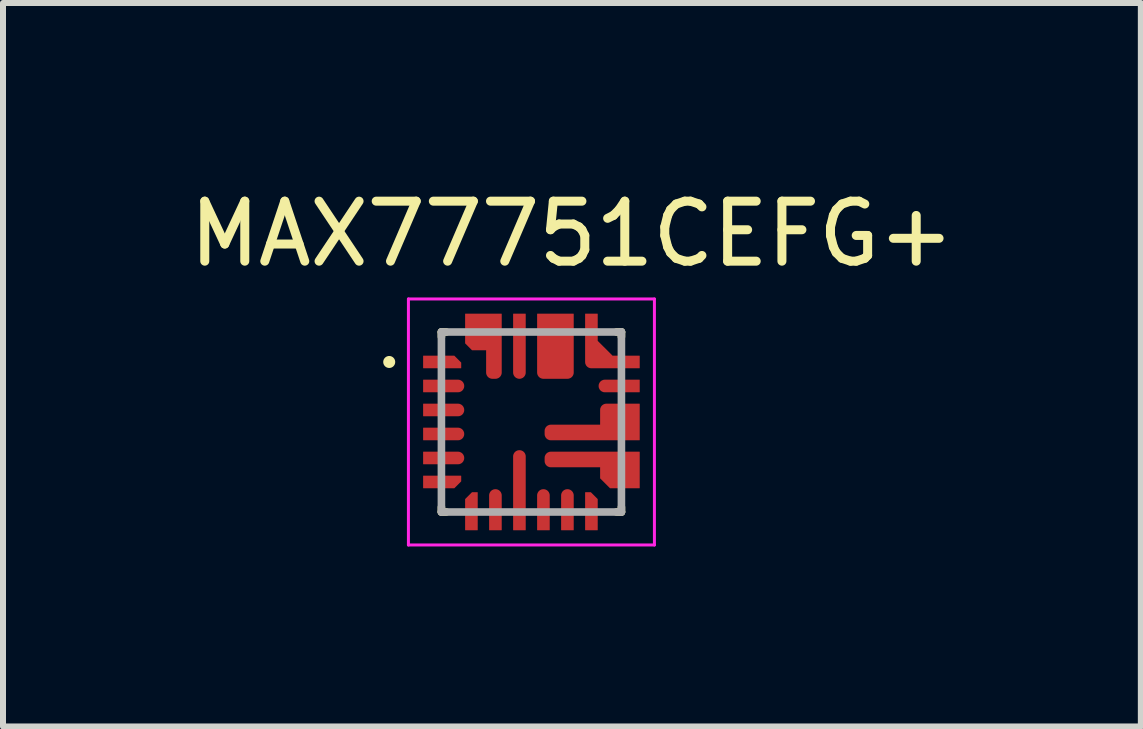
<source format=kicad_pcb>
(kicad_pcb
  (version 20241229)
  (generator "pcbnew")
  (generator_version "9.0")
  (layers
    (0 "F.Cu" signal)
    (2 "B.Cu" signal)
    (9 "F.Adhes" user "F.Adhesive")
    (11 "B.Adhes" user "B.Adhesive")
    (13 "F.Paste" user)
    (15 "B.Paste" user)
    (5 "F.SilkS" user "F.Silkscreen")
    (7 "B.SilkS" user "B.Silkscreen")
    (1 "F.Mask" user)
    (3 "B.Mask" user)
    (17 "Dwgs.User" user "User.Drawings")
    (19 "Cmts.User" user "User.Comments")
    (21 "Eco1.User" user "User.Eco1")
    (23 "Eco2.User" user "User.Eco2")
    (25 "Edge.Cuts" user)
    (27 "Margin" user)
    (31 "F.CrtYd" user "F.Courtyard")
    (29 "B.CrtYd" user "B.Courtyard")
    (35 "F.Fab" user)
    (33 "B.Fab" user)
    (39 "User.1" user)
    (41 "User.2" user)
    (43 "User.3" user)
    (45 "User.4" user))
  (footprint "MAX77751CEFG+"
    (layer "F.Cu")
    (at 5.807 3.983)
    (property "Reference" "MAX77751CEFG+" (at 0.675 -3.135 0) (layer "F.SilkS") (effects (font (size 1 1) (thickness 0.15))))
    (attr smd)
    (fp_poly (pts (xy -1.85 -0.84) (xy -1.125 -0.84) (xy -1.125 -1.003) (xy -1.262 -1.14) (xy -1.85 -1.14)) (stroke (width 0.01) (type solid)) (fill yes) (layer "F.Mask"))
    (fp_poly (pts (xy -1.85 0.86) (xy -1.125 0.86) (xy -1.125 1.023) (xy -1.262 1.16) (xy -1.85 1.16)) (stroke (width 0.01) (type solid)) (fill yes) (layer "F.Mask"))
    (fp_poly (pts (xy -0.85 1.86) (xy -0.85 1.135) (xy -1.013 1.135) (xy -1.15 1.272) (xy -1.15 1.86)) (stroke (width 0.01) (type solid)) (fill yes) (layer "F.Mask"))
    (fp_poly (pts (xy 0.85 1.86) (xy 0.85 1.135) (xy 1.013 1.135) (xy 1.15 1.272) (xy 1.15 1.86)) (stroke (width 0.01) (type solid)) (fill yes) (layer "F.Mask"))
    (fp_poly (pts (xy 1.85 -0.84) (xy 1 -0.84) (xy 0.992 -0.84) (xy 0.984 -0.841) (xy 0.977 -0.842) (xy 0.969 -0.843) (xy 0.961 -0.845) (xy 0.954 -0.847) (xy 0.946 -0.85) (xy 0.939 -0.853) (xy 0.932 -0.856) (xy 0.925 -0.86) (xy 0.918 -0.864) (xy 0.912 -0.869) (xy 0.906 -0.873) (xy 0.9 -0.879) (xy 0.894 -0.884) (xy 0.889 -0.89) (xy 0.883 -0.896) (xy 0.879 -0.902) (xy 0.874 -0.908) (xy 0.87 -0.915) (xy 0.866 -0.922) (xy 0.863 -0.929) (xy 0.86 -0.936) (xy 0.857 -0.944) (xy 0.855 -0.951) (xy 0.853 -0.959) (xy 0.852 -0.967) (xy 0.851 -0.974) (xy 0.85 -0.982) (xy 0.85 -0.99) (xy 0.85 -1.84) (xy 1.15 -1.84) (xy 1.15 -1.365) (xy 1.375 -1.14) (xy 1.85 -1.14) (xy 1.85 -0.84)) (stroke (width 0.01) (type solid)) (fill yes) (layer "F.Mask"))
    (fp_poly (pts (xy -1.85 -0.74) (xy -1.225 -0.74) (xy -1.217 -0.74) (xy -1.209 -0.739) (xy -1.202 -0.738) (xy -1.194 -0.737) (xy -1.186 -0.735) (xy -1.179 -0.733) (xy -1.171 -0.73) (xy -1.164 -0.727) (xy -1.157 -0.724) (xy -1.15 -0.72) (xy -1.143 -0.716) (xy -1.137 -0.711) (xy -1.131 -0.707) (xy -1.125 -0.701) (xy -1.119 -0.696) (xy -1.114 -0.69) (xy -1.108 -0.684) (xy -1.104 -0.678) (xy -1.099 -0.672) (xy -1.095 -0.665) (xy -1.091 -0.658) (xy -1.088 -0.651) (xy -1.085 -0.644) (xy -1.082 -0.636) (xy -1.08 -0.629) (xy -1.078 -0.621) (xy -1.077 -0.613) (xy -1.076 -0.606) (xy -1.075 -0.598) (xy -1.075 -0.59) (xy -1.075 -0.582) (xy -1.076 -0.574) (xy -1.077 -0.567) (xy -1.078 -0.559) (xy -1.08 -0.551) (xy -1.082 -0.544) (xy -1.085 -0.536) (xy -1.088 -0.529) (xy -1.091 -0.522) (xy -1.095 -0.515) (xy -1.099 -0.508) (xy -1.104 -0.502) (xy -1.108 -0.496) (xy -1.114 -0.49) (xy -1.119 -0.484) (xy -1.125 -0.479) (xy -1.131 -0.473) (xy -1.137 -0.469) (xy -1.143 -0.464) (xy -1.15 -0.46) (xy -1.157 -0.456) (xy -1.164 -0.453) (xy -1.171 -0.45) (xy -1.179 -0.447) (xy -1.186 -0.445) (xy -1.194 -0.443) (xy -1.202 -0.442) (xy -1.209 -0.441) (xy -1.217 -0.44) (xy -1.225 -0.44) (xy -1.85 -0.44) (xy -1.85 -0.74)) (stroke (width 0.01) (type solid)) (fill yes) (layer "F.Mask"))
    (fp_poly (pts (xy -1.85 -0.34) (xy -1.225 -0.34) (xy -1.217 -0.34) (xy -1.209 -0.339) (xy -1.202 -0.338) (xy -1.194 -0.337) (xy -1.186 -0.335) (xy -1.179 -0.333) (xy -1.171 -0.33) (xy -1.164 -0.327) (xy -1.157 -0.324) (xy -1.15 -0.32) (xy -1.143 -0.316) (xy -1.137 -0.311) (xy -1.131 -0.307) (xy -1.125 -0.301) (xy -1.119 -0.296) (xy -1.114 -0.29) (xy -1.108 -0.284) (xy -1.104 -0.278) (xy -1.099 -0.272) (xy -1.095 -0.265) (xy -1.091 -0.258) (xy -1.088 -0.251) (xy -1.085 -0.244) (xy -1.082 -0.236) (xy -1.08 -0.229) (xy -1.078 -0.221) (xy -1.077 -0.213) (xy -1.076 -0.206) (xy -1.075 -0.198) (xy -1.075 -0.19) (xy -1.075 -0.182) (xy -1.076 -0.174) (xy -1.077 -0.167) (xy -1.078 -0.159) (xy -1.08 -0.151) (xy -1.082 -0.144) (xy -1.085 -0.136) (xy -1.088 -0.129) (xy -1.091 -0.122) (xy -1.095 -0.115) (xy -1.099 -0.108) (xy -1.104 -0.102) (xy -1.108 -0.096) (xy -1.114 -0.09) (xy -1.119 -0.084) (xy -1.125 -0.079) (xy -1.131 -0.073) (xy -1.137 -0.069) (xy -1.143 -0.064) (xy -1.15 -0.06) (xy -1.157 -0.056) (xy -1.164 -0.053) (xy -1.171 -0.05) (xy -1.179 -0.047) (xy -1.186 -0.045) (xy -1.194 -0.043) (xy -1.202 -0.042) (xy -1.209 -0.041) (xy -1.217 -0.04) (xy -1.225 -0.04) (xy -1.85 -0.04) (xy -1.85 -0.34)) (stroke (width 0.01) (type solid)) (fill yes) (layer "F.Mask"))
    (fp_poly (pts (xy -1.85 0.06) (xy -1.225 0.06) (xy -1.217 0.06) (xy -1.209 0.061) (xy -1.202 0.062) (xy -1.194 0.063) (xy -1.186 0.065) (xy -1.179 0.067) (xy -1.171 0.07) (xy -1.164 0.073) (xy -1.157 0.076) (xy -1.15 0.08) (xy -1.143 0.084) (xy -1.137 0.089) (xy -1.131 0.093) (xy -1.125 0.099) (xy -1.119 0.104) (xy -1.114 0.11) (xy -1.108 0.116) (xy -1.104 0.122) (xy -1.099 0.128) (xy -1.095 0.135) (xy -1.091 0.142) (xy -1.088 0.149) (xy -1.085 0.156) (xy -1.082 0.164) (xy -1.08 0.171) (xy -1.078 0.179) (xy -1.077 0.187) (xy -1.076 0.194) (xy -1.075 0.202) (xy -1.075 0.21) (xy -1.075 0.218) (xy -1.076 0.226) (xy -1.077 0.233) (xy -1.078 0.241) (xy -1.08 0.249) (xy -1.082 0.256) (xy -1.085 0.264) (xy -1.088 0.271) (xy -1.091 0.278) (xy -1.095 0.285) (xy -1.099 0.292) (xy -1.104 0.298) (xy -1.108 0.304) (xy -1.114 0.31) (xy -1.119 0.316) (xy -1.125 0.321) (xy -1.131 0.327) (xy -1.137 0.331) (xy -1.143 0.336) (xy -1.15 0.34) (xy -1.157 0.344) (xy -1.164 0.347) (xy -1.171 0.35) (xy -1.179 0.353) (xy -1.186 0.355) (xy -1.194 0.357) (xy -1.202 0.358) (xy -1.209 0.359) (xy -1.217 0.36) (xy -1.225 0.36) (xy -1.85 0.36) (xy -1.85 0.06)) (stroke (width 0.01) (type solid)) (fill yes) (layer "F.Mask"))
    (fp_poly (pts (xy -1.85 0.46) (xy -1.225 0.46) (xy -1.217 0.46) (xy -1.209 0.461) (xy -1.202 0.462) (xy -1.194 0.463) (xy -1.186 0.465) (xy -1.179 0.467) (xy -1.171 0.47) (xy -1.164 0.473) (xy -1.157 0.476) (xy -1.15 0.48) (xy -1.143 0.484) (xy -1.137 0.489) (xy -1.131 0.493) (xy -1.125 0.499) (xy -1.119 0.504) (xy -1.114 0.51) (xy -1.108 0.516) (xy -1.104 0.522) (xy -1.099 0.528) (xy -1.095 0.535) (xy -1.091 0.542) (xy -1.088 0.549) (xy -1.085 0.556) (xy -1.082 0.564) (xy -1.08 0.571) (xy -1.078 0.579) (xy -1.077 0.587) (xy -1.076 0.594) (xy -1.075 0.602) (xy -1.075 0.61) (xy -1.075 0.618) (xy -1.076 0.626) (xy -1.077 0.633) (xy -1.078 0.641) (xy -1.08 0.649) (xy -1.082 0.656) (xy -1.085 0.664) (xy -1.088 0.671) (xy -1.091 0.678) (xy -1.095 0.685) (xy -1.099 0.692) (xy -1.104 0.698) (xy -1.108 0.704) (xy -1.114 0.71) (xy -1.119 0.716) (xy -1.125 0.721) (xy -1.131 0.727) (xy -1.137 0.731) (xy -1.143 0.736) (xy -1.15 0.74) (xy -1.157 0.744) (xy -1.164 0.747) (xy -1.171 0.75) (xy -1.179 0.753) (xy -1.186 0.755) (xy -1.194 0.757) (xy -1.202 0.758) (xy -1.209 0.759) (xy -1.217 0.76) (xy -1.225 0.76) (xy -1.85 0.76) (xy -1.85 0.46)) (stroke (width 0.01) (type solid)) (fill yes) (layer "F.Mask"))
    (fp_poly (pts (xy -0.75 1.86) (xy -0.75 1.235) (xy -0.75 1.227) (xy -0.749 1.219) (xy -0.748 1.212) (xy -0.747 1.204) (xy -0.745 1.196) (xy -0.743 1.189) (xy -0.74 1.181) (xy -0.737 1.174) (xy -0.734 1.167) (xy -0.73 1.16) (xy -0.726 1.153) (xy -0.721 1.147) (xy -0.717 1.141) (xy -0.711 1.135) (xy -0.706 1.129) (xy -0.7 1.124) (xy -0.694 1.118) (xy -0.688 1.114) (xy -0.682 1.109) (xy -0.675 1.105) (xy -0.668 1.101) (xy -0.661 1.098) (xy -0.654 1.095) (xy -0.646 1.092) (xy -0.639 1.09) (xy -0.631 1.088) (xy -0.623 1.087) (xy -0.616 1.086) (xy -0.608 1.085) (xy -0.6 1.085) (xy -0.592 1.085) (xy -0.584 1.086) (xy -0.577 1.087) (xy -0.569 1.088) (xy -0.561 1.09) (xy -0.554 1.092) (xy -0.546 1.095) (xy -0.539 1.098) (xy -0.532 1.101) (xy -0.525 1.105) (xy -0.518 1.109) (xy -0.512 1.114) (xy -0.506 1.118) (xy -0.5 1.124) (xy -0.494 1.129) (xy -0.489 1.135) (xy -0.483 1.141) (xy -0.479 1.147) (xy -0.474 1.153) (xy -0.47 1.16) (xy -0.466 1.167) (xy -0.463 1.174) (xy -0.46 1.181) (xy -0.457 1.189) (xy -0.455 1.196) (xy -0.453 1.204) (xy -0.452 1.212) (xy -0.451 1.219) (xy -0.45 1.227) (xy -0.45 1.235) (xy -0.45 1.86) (xy -0.75 1.86)) (stroke (width 0.01) (type solid)) (fill yes) (layer "F.Mask"))
    (fp_poly (pts (xy -0.35 1.86) (xy -0.35 0.585) (xy -0.35 0.577) (xy -0.349 0.569) (xy -0.348 0.562) (xy -0.347 0.554) (xy -0.345 0.546) (xy -0.343 0.539) (xy -0.34 0.531) (xy -0.337 0.524) (xy -0.334 0.517) (xy -0.33 0.51) (xy -0.326 0.503) (xy -0.321 0.497) (xy -0.317 0.491) (xy -0.311 0.485) (xy -0.306 0.479) (xy -0.3 0.474) (xy -0.294 0.468) (xy -0.288 0.464) (xy -0.282 0.459) (xy -0.275 0.455) (xy -0.268 0.451) (xy -0.261 0.448) (xy -0.254 0.445) (xy -0.246 0.442) (xy -0.239 0.44) (xy -0.231 0.438) (xy -0.223 0.437) (xy -0.216 0.436) (xy -0.208 0.435) (xy -0.2 0.435) (xy -0.192 0.435) (xy -0.184 0.436) (xy -0.177 0.437) (xy -0.169 0.438) (xy -0.161 0.44) (xy -0.154 0.442) (xy -0.146 0.445) (xy -0.139 0.448) (xy -0.132 0.451) (xy -0.125 0.455) (xy -0.118 0.459) (xy -0.112 0.464) (xy -0.106 0.468) (xy -0.1 0.474) (xy -0.094 0.479) (xy -0.089 0.485) (xy -0.083 0.491) (xy -0.079 0.497) (xy -0.074 0.503) (xy -0.07 0.51) (xy -0.066 0.517) (xy -0.063 0.524) (xy -0.06 0.531) (xy -0.057 0.539) (xy -0.055 0.546) (xy -0.053 0.554) (xy -0.052 0.562) (xy -0.051 0.569) (xy -0.05 0.577) (xy -0.05 0.585) (xy -0.05 1.86) (xy -0.35 1.86)) (stroke (width 0.01) (type solid)) (fill yes) (layer "F.Mask"))
    (fp_poly (pts (xy -0.05 -1.84) (xy -0.05 -0.815) (xy -0.05 -0.807) (xy -0.051 -0.799) (xy -0.052 -0.792) (xy -0.053 -0.784) (xy -0.055 -0.776) (xy -0.057 -0.769) (xy -0.06 -0.761) (xy -0.063 -0.754) (xy -0.066 -0.747) (xy -0.07 -0.74) (xy -0.074 -0.733) (xy -0.079 -0.727) (xy -0.083 -0.721) (xy -0.089 -0.715) (xy -0.094 -0.709) (xy -0.1 -0.704) (xy -0.106 -0.698) (xy -0.112 -0.694) (xy -0.118 -0.689) (xy -0.125 -0.685) (xy -0.132 -0.681) (xy -0.139 -0.678) (xy -0.146 -0.675) (xy -0.154 -0.672) (xy -0.161 -0.67) (xy -0.169 -0.668) (xy -0.177 -0.667) (xy -0.184 -0.666) (xy -0.192 -0.665) (xy -0.2 -0.665) (xy -0.208 -0.665) (xy -0.216 -0.666) (xy -0.223 -0.667) (xy -0.231 -0.668) (xy -0.239 -0.67) (xy -0.246 -0.672) (xy -0.254 -0.675) (xy -0.261 -0.678) (xy -0.268 -0.681) (xy -0.275 -0.685) (xy -0.282 -0.689) (xy -0.288 -0.694) (xy -0.294 -0.698) (xy -0.3 -0.704) (xy -0.306 -0.709) (xy -0.311 -0.715) (xy -0.317 -0.721) (xy -0.321 -0.727) (xy -0.326 -0.733) (xy -0.33 -0.74) (xy -0.334 -0.747) (xy -0.337 -0.754) (xy -0.34 -0.761) (xy -0.343 -0.769) (xy -0.345 -0.776) (xy -0.347 -0.784) (xy -0.348 -0.792) (xy -0.349 -0.799) (xy -0.35 -0.807) (xy -0.35 -0.815) (xy -0.35 -1.84) (xy -0.05 -1.84)) (stroke (width 0.01) (type solid)) (fill yes) (layer "F.Mask"))
    (fp_poly (pts (xy 0.05 1.86) (xy 0.05 1.235) (xy 0.05 1.227) (xy 0.051 1.219) (xy 0.052 1.212) (xy 0.053 1.204) (xy 0.055 1.196) (xy 0.057 1.189) (xy 0.06 1.181) (xy 0.063 1.174) (xy 0.066 1.167) (xy 0.07 1.16) (xy 0.074 1.153) (xy 0.079 1.147) (xy 0.083 1.141) (xy 0.089 1.135) (xy 0.094 1.129) (xy 0.1 1.124) (xy 0.106 1.118) (xy 0.112 1.114) (xy 0.118 1.109) (xy 0.125 1.105) (xy 0.132 1.101) (xy 0.139 1.098) (xy 0.146 1.095) (xy 0.154 1.092) (xy 0.161 1.09) (xy 0.169 1.088) (xy 0.177 1.087) (xy 0.184 1.086) (xy 0.192 1.085) (xy 0.2 1.085) (xy 0.208 1.085) (xy 0.216 1.086) (xy 0.223 1.087) (xy 0.231 1.088) (xy 0.239 1.09) (xy 0.246 1.092) (xy 0.254 1.095) (xy 0.261 1.098) (xy 0.268 1.101) (xy 0.275 1.105) (xy 0.282 1.109) (xy 0.288 1.114) (xy 0.294 1.118) (xy 0.3 1.124) (xy 0.306 1.129) (xy 0.311 1.135) (xy 0.317 1.141) (xy 0.321 1.147) (xy 0.326 1.153) (xy 0.33 1.16) (xy 0.334 1.167) (xy 0.337 1.174) (xy 0.34 1.181) (xy 0.343 1.189) (xy 0.345 1.196) (xy 0.347 1.204) (xy 0.348 1.212) (xy 0.349 1.219) (xy 0.35 1.227) (xy 0.35 1.235) (xy 0.35 1.86) (xy 0.05 1.86)) (stroke (width 0.01) (type solid)) (fill yes) (layer "F.Mask"))
    (fp_poly (pts (xy 0.45 1.86) (xy 0.45 1.235) (xy 0.45 1.227) (xy 0.451 1.219) (xy 0.452 1.212) (xy 0.453 1.204) (xy 0.455 1.196) (xy 0.457 1.189) (xy 0.46 1.181) (xy 0.463 1.174) (xy 0.466 1.167) (xy 0.47 1.16) (xy 0.474 1.153) (xy 0.479 1.147) (xy 0.483 1.141) (xy 0.489 1.135) (xy 0.494 1.129) (xy 0.5 1.124) (xy 0.506 1.118) (xy 0.512 1.114) (xy 0.518 1.109) (xy 0.525 1.105) (xy 0.532 1.101) (xy 0.539 1.098) (xy 0.546 1.095) (xy 0.554 1.092) (xy 0.561 1.09) (xy 0.569 1.088) (xy 0.577 1.087) (xy 0.584 1.086) (xy 0.592 1.085) (xy 0.6 1.085) (xy 0.608 1.085) (xy 0.616 1.086) (xy 0.623 1.087) (xy 0.631 1.088) (xy 0.639 1.09) (xy 0.646 1.092) (xy 0.654 1.095) (xy 0.661 1.098) (xy 0.668 1.101) (xy 0.675 1.105) (xy 0.682 1.109) (xy 0.688 1.114) (xy 0.694 1.118) (xy 0.7 1.124) (xy 0.706 1.129) (xy 0.711 1.135) (xy 0.717 1.141) (xy 0.721 1.147) (xy 0.726 1.153) (xy 0.73 1.16) (xy 0.734 1.167) (xy 0.737 1.174) (xy 0.74 1.181) (xy 0.743 1.189) (xy 0.745 1.196) (xy 0.747 1.204) (xy 0.748 1.212) (xy 0.749 1.219) (xy 0.75 1.227) (xy 0.75 1.235) (xy 0.75 1.86) (xy 0.45 1.86)) (stroke (width 0.01) (type solid)) (fill yes) (layer "F.Mask"))
    (fp_poly (pts (xy 1.85 -0.44) (xy 1.225 -0.44) (xy 1.217 -0.44) (xy 1.209 -0.441) (xy 1.202 -0.442) (xy 1.194 -0.443) (xy 1.186 -0.445) (xy 1.179 -0.447) (xy 1.171 -0.45) (xy 1.164 -0.453) (xy 1.157 -0.456) (xy 1.15 -0.46) (xy 1.143 -0.464) (xy 1.137 -0.469) (xy 1.131 -0.473) (xy 1.125 -0.479) (xy 1.119 -0.484) (xy 1.114 -0.49) (xy 1.108 -0.496) (xy 1.104 -0.502) (xy 1.099 -0.508) (xy 1.095 -0.515) (xy 1.091 -0.522) (xy 1.088 -0.529) (xy 1.085 -0.536) (xy 1.082 -0.544) (xy 1.08 -0.551) (xy 1.078 -0.559) (xy 1.077 -0.567) (xy 1.076 -0.574) (xy 1.075 -0.582) (xy 1.075 -0.59) (xy 1.075 -0.598) (xy 1.076 -0.606) (xy 1.077 -0.613) (xy 1.078 -0.621) (xy 1.08 -0.629) (xy 1.082 -0.636) (xy 1.085 -0.644) (xy 1.088 -0.651) (xy 1.091 -0.658) (xy 1.095 -0.665) (xy 1.099 -0.672) (xy 1.104 -0.678) (xy 1.108 -0.684) (xy 1.114 -0.69) (xy 1.119 -0.696) (xy 1.125 -0.701) (xy 1.131 -0.707) (xy 1.137 -0.711) (xy 1.143 -0.716) (xy 1.15 -0.72) (xy 1.157 -0.724) (xy 1.164 -0.727) (xy 1.171 -0.73) (xy 1.179 -0.733) (xy 1.186 -0.735) (xy 1.194 -0.737) (xy 1.202 -0.738) (xy 1.209 -0.739) (xy 1.217 -0.74) (xy 1.225 -0.74) (xy 1.85 -0.74) (xy 1.85 -0.44)) (stroke (width 0.01) (type solid)) (fill yes) (layer "F.Mask"))
    (fp_poly (pts (xy 0.75 -1.84) (xy 0.75 -0.815) (xy 0.75 -0.807) (xy 0.749 -0.799) (xy 0.748 -0.792) (xy 0.747 -0.784) (xy 0.745 -0.776) (xy 0.743 -0.769) (xy 0.74 -0.761) (xy 0.737 -0.754) (xy 0.734 -0.747) (xy 0.73 -0.74) (xy 0.726 -0.733) (xy 0.721 -0.727) (xy 0.717 -0.721) (xy 0.711 -0.715) (xy 0.706 -0.709) (xy 0.7 -0.704) (xy 0.694 -0.698) (xy 0.688 -0.694) (xy 0.682 -0.689) (xy 0.675 -0.685) (xy 0.668 -0.681) (xy 0.661 -0.678) (xy 0.654 -0.675) (xy 0.646 -0.672) (xy 0.639 -0.67) (xy 0.631 -0.668) (xy 0.623 -0.667) (xy 0.616 -0.666) (xy 0.608 -0.665) (xy 0.6 -0.665) (xy 0.2 -0.665) (xy 0.192 -0.665) (xy 0.184 -0.666) (xy 0.177 -0.667) (xy 0.169 -0.668) (xy 0.161 -0.67) (xy 0.154 -0.672) (xy 0.146 -0.675) (xy 0.139 -0.678) (xy 0.132 -0.681) (xy 0.125 -0.685) (xy 0.118 -0.689) (xy 0.112 -0.694) (xy 0.106 -0.698) (xy 0.1 -0.704) (xy 0.094 -0.709) (xy 0.089 -0.715) (xy 0.083 -0.721) (xy 0.079 -0.727) (xy 0.074 -0.733) (xy 0.07 -0.74) (xy 0.066 -0.747) (xy 0.063 -0.754) (xy 0.06 -0.761) (xy 0.057 -0.769) (xy 0.055 -0.776) (xy 0.053 -0.784) (xy 0.052 -0.792) (xy 0.051 -0.799) (xy 0.05 -0.807) (xy 0.05 -0.815) (xy 0.05 -1.84) (xy 0.75 -1.84)) (stroke (width 0.01) (type solid)) (fill yes) (layer "F.Mask"))
    (fp_poly (pts (xy -0.45 -1.84) (xy -0.45 -0.815) (xy -0.45 -0.807) (xy -0.451 -0.799) (xy -0.452 -0.792) (xy -0.453 -0.784) (xy -0.455 -0.776) (xy -0.457 -0.769) (xy -0.46 -0.761) (xy -0.463 -0.754) (xy -0.466 -0.747) (xy -0.47 -0.74) (xy -0.474 -0.733) (xy -0.479 -0.727) (xy -0.483 -0.721) (xy -0.489 -0.715) (xy -0.494 -0.709) (xy -0.5 -0.704) (xy -0.506 -0.698) (xy -0.512 -0.694) (xy -0.518 -0.689) (xy -0.525 -0.685) (xy -0.532 -0.681) (xy -0.539 -0.678) (xy -0.546 -0.675) (xy -0.554 -0.672) (xy -0.561 -0.67) (xy -0.569 -0.668) (xy -0.577 -0.667) (xy -0.584 -0.666) (xy -0.592 -0.665) (xy -0.6 -0.665) (xy -0.65 -0.665) (xy -0.658 -0.665) (xy -0.666 -0.666) (xy -0.673 -0.667) (xy -0.681 -0.668) (xy -0.689 -0.67) (xy -0.696 -0.672) (xy -0.704 -0.675) (xy -0.711 -0.678) (xy -0.718 -0.681) (xy -0.725 -0.685) (xy -0.732 -0.689) (xy -0.738 -0.694) (xy -0.744 -0.698) (xy -0.75 -0.704) (xy -0.756 -0.709) (xy -0.761 -0.715) (xy -0.767 -0.721) (xy -0.771 -0.727) (xy -0.776 -0.733) (xy -0.78 -0.74) (xy -0.784 -0.747) (xy -0.787 -0.754) (xy -0.79 -0.761) (xy -0.793 -0.769) (xy -0.795 -0.776) (xy -0.797 -0.784) (xy -0.798 -0.792) (xy -0.799 -0.799) (xy -0.8 -0.807) (xy -0.8 -0.815) (xy -0.8 -1.14) (xy -1.013 -1.14) (xy -1.15 -1.277) (xy -1.15 -1.84) (xy -0.45 -1.84)) (stroke (width 0.01) (type solid)) (fill yes) (layer "F.Mask"))
    (fp_poly (pts (xy 1.85 1.16) (xy 1.287 1.16) (xy 1.1 0.973) (xy 1.1 0.81) (xy 0.325 0.81) (xy 0.317 0.81) (xy 0.309 0.809) (xy 0.302 0.808) (xy 0.294 0.807) (xy 0.286 0.805) (xy 0.279 0.803) (xy 0.271 0.8) (xy 0.264 0.797) (xy 0.257 0.794) (xy 0.25 0.79) (xy 0.243 0.786) (xy 0.237 0.781) (xy 0.231 0.777) (xy 0.225 0.771) (xy 0.219 0.766) (xy 0.214 0.76) (xy 0.208 0.754) (xy 0.204 0.748) (xy 0.199 0.742) (xy 0.195 0.735) (xy 0.191 0.728) (xy 0.188 0.721) (xy 0.185 0.714) (xy 0.182 0.706) (xy 0.18 0.699) (xy 0.178 0.691) (xy 0.177 0.683) (xy 0.176 0.676) (xy 0.175 0.668) (xy 0.175 0.66) (xy 0.175 0.61) (xy 0.175 0.602) (xy 0.176 0.594) (xy 0.177 0.587) (xy 0.178 0.579) (xy 0.18 0.571) (xy 0.182 0.564) (xy 0.185 0.556) (xy 0.188 0.549) (xy 0.191 0.542) (xy 0.195 0.535) (xy 0.199 0.528) (xy 0.204 0.522) (xy 0.208 0.516) (xy 0.214 0.51) (xy 0.219 0.504) (xy 0.225 0.499) (xy 0.231 0.493) (xy 0.237 0.489) (xy 0.243 0.484) (xy 0.25 0.48) (xy 0.257 0.476) (xy 0.264 0.473) (xy 0.271 0.47) (xy 0.279 0.467) (xy 0.286 0.465) (xy 0.294 0.463) (xy 0.302 0.462) (xy 0.309 0.461) (xy 0.317 0.46) (xy 0.325 0.46) (xy 1.85 0.46) (xy 1.85 1.16)) (stroke (width 0.01) (type solid)) (fill yes) (layer "F.Mask"))
    (fp_poly (pts (xy 1.85 0.36) (xy 0.325 0.36) (xy 0.317 0.36) (xy 0.309 0.359) (xy 0.302 0.358) (xy 0.294 0.357) (xy 0.286 0.355) (xy 0.279 0.353) (xy 0.271 0.35) (xy 0.264 0.347) (xy 0.257 0.344) (xy 0.25 0.34) (xy 0.243 0.336) (xy 0.237 0.331) (xy 0.231 0.327) (xy 0.225 0.321) (xy 0.219 0.316) (xy 0.214 0.31) (xy 0.208 0.304) (xy 0.204 0.298) (xy 0.199 0.292) (xy 0.195 0.285) (xy 0.191 0.278) (xy 0.188 0.271) (xy 0.185 0.264) (xy 0.182 0.256) (xy 0.18 0.249) (xy 0.178 0.241) (xy 0.177 0.233) (xy 0.176 0.226) (xy 0.175 0.218) (xy 0.175 0.21) (xy 0.175 0.16) (xy 0.175 0.152) (xy 0.176 0.144) (xy 0.177 0.137) (xy 0.178 0.129) (xy 0.18 0.121) (xy 0.182 0.114) (xy 0.185 0.106) (xy 0.188 0.099) (xy 0.191 0.092) (xy 0.195 0.085) (xy 0.199 0.078) (xy 0.204 0.072) (xy 0.208 0.066) (xy 0.214 0.06) (xy 0.219 0.054) (xy 0.225 0.049) (xy 0.231 0.043) (xy 0.237 0.039) (xy 0.243 0.034) (xy 0.25 0.03) (xy 0.257 0.026) (xy 0.264 0.023) (xy 0.271 0.02) (xy 0.279 0.017) (xy 0.286 0.015) (xy 0.294 0.013) (xy 0.302 0.012) (xy 0.309 0.011) (xy 0.317 0.01) (xy 0.325 0.01) (xy 1.1 0.01) (xy 1.1 -0.19) (xy 1.1 -0.198) (xy 1.101 -0.206) (xy 1.102 -0.213) (xy 1.103 -0.221) (xy 1.105 -0.229) (xy 1.107 -0.236) (xy 1.11 -0.244) (xy 1.113 -0.251) (xy 1.116 -0.258) (xy 1.12 -0.265) (xy 1.124 -0.272) (xy 1.129 -0.278) (xy 1.133 -0.284) (xy 1.139 -0.29) (xy 1.144 -0.296) (xy 1.15 -0.301) (xy 1.156 -0.307) (xy 1.162 -0.311) (xy 1.168 -0.316) (xy 1.175 -0.32) (xy 1.182 -0.324) (xy 1.189 -0.327) (xy 1.196 -0.33) (xy 1.204 -0.333) (xy 1.211 -0.335) (xy 1.219 -0.337) (xy 1.227 -0.338) (xy 1.234 -0.339) (xy 1.242 -0.34) (xy 1.25 -0.34) (xy 1.85 -0.34) (xy 1.85 0.36)) (stroke (width 0.01) (type solid)) (fill yes) (layer "F.Mask"))
    (fp_line (start -1.5 -1.5) (end -1.5 -1.42) (stroke (width 0.127) (type solid)) (layer "F.SilkS"))
    (fp_line (start -1.5 -1.5) (end -1.42 -1.5) (stroke (width 0.127) (type solid)) (layer "F.SilkS"))
    (fp_line (start -1.5 1.5) (end -1.5 1.42) (stroke (width 0.127) (type solid)) (layer "F.SilkS"))
    (fp_line (start -1.5 1.5) (end -1.42 1.5) (stroke (width 0.127) (type solid)) (layer "F.SilkS"))
    (fp_line (start 1.5 -1.5) (end 1.42 -1.5) (stroke (width 0.127) (type solid)) (layer "F.SilkS"))
    (fp_line (start 1.5 -1.5) (end 1.5 -1.42) (stroke (width 0.127) (type solid)) (layer "F.SilkS"))
    (fp_line (start 1.5 1.5) (end 1.42 1.5) (stroke (width 0.127) (type solid)) (layer "F.SilkS"))
    (fp_line (start 1.5 1.5) (end 1.5 1.42) (stroke (width 0.127) (type solid)) (layer "F.SilkS"))
    (fp_circle (center -2.37 -1) (end -2.27 -1) (stroke (width 0) (type solid)) (fill yes) (layer "F.SilkS"))
    (fp_poly (pts (xy -1.8 -0.9) (xy -1.175 -0.9) (xy -1.175 -0.988) (xy -1.287 -1.1) (xy -1.8 -1.1)) (stroke (width 0.01) (type solid)) (fill yes) (layer "F.Paste"))
    (fp_poly (pts (xy -1.8 0.9) (xy -1.175 0.9) (xy -1.175 0.988) (xy -1.287 1.1) (xy -1.8 1.1)) (stroke (width 0.01) (type solid)) (fill yes) (layer "F.Paste"))
    (fp_poly (pts (xy -0.9 1.8) (xy -0.9 1.175) (xy -0.988 1.175) (xy -1.1 1.287) (xy -1.1 1.8)) (stroke (width 0.01) (type solid)) (fill yes) (layer "F.Paste"))
    (fp_poly (pts (xy 0.9 1.8) (xy 0.9 1.175) (xy 0.988 1.175) (xy 1.1 1.287) (xy 1.1 1.8)) (stroke (width 0.01) (type solid)) (fill yes) (layer "F.Paste"))
    (fp_poly (pts (xy 1.8 -0.9) (xy 1 -0.9) (xy 0.995 -0.9) (xy 0.99 -0.901) (xy 0.984 -0.901) (xy 0.979 -0.902) (xy 0.974 -0.903) (xy 0.969 -0.905) (xy 0.964 -0.907) (xy 0.959 -0.909) (xy 0.955 -0.911) (xy 0.95 -0.913) (xy 0.946 -0.916) (xy 0.941 -0.919) (xy 0.937 -0.922) (xy 0.933 -0.926) (xy 0.929 -0.929) (xy 0.926 -0.933) (xy 0.922 -0.937) (xy 0.919 -0.941) (xy 0.916 -0.946) (xy 0.913 -0.95) (xy 0.911 -0.955) (xy 0.909 -0.959) (xy 0.907 -0.964) (xy 0.905 -0.969) (xy 0.903 -0.974) (xy 0.902 -0.979) (xy 0.901 -0.984) (xy 0.901 -0.99) (xy 0.9 -0.995) (xy 0.9 -1) (xy 0.9 -1.8) (xy 1.1 -1.8) (xy 1.1 -1.35) (xy 1.35 -1.1) (xy 1.8 -1.1) (xy 1.8 -0.9)) (stroke (width 0.01) (type solid)) (fill yes) (layer "F.Paste"))
    (fp_poly (pts (xy -1.8 -0.7) (xy -1.225 -0.7) (xy -1.22 -0.7) (xy -1.215 -0.699) (xy -1.209 -0.699) (xy -1.204 -0.698) (xy -1.199 -0.697) (xy -1.194 -0.695) (xy -1.189 -0.693) (xy -1.184 -0.691) (xy -1.18 -0.689) (xy -1.175 -0.687) (xy -1.171 -0.684) (xy -1.166 -0.681) (xy -1.162 -0.678) (xy -1.158 -0.674) (xy -1.154 -0.671) (xy -1.151 -0.667) (xy -1.147 -0.663) (xy -1.144 -0.659) (xy -1.141 -0.654) (xy -1.138 -0.65) (xy -1.136 -0.645) (xy -1.134 -0.641) (xy -1.132 -0.636) (xy -1.13 -0.631) (xy -1.128 -0.626) (xy -1.127 -0.621) (xy -1.126 -0.616) (xy -1.126 -0.61) (xy -1.125 -0.605) (xy -1.125 -0.6) (xy -1.125 -0.595) (xy -1.126 -0.59) (xy -1.126 -0.584) (xy -1.127 -0.579) (xy -1.128 -0.574) (xy -1.13 -0.569) (xy -1.132 -0.564) (xy -1.134 -0.559) (xy -1.136 -0.555) (xy -1.138 -0.55) (xy -1.141 -0.546) (xy -1.144 -0.541) (xy -1.147 -0.537) (xy -1.151 -0.533) (xy -1.154 -0.529) (xy -1.158 -0.526) (xy -1.162 -0.522) (xy -1.166 -0.519) (xy -1.171 -0.516) (xy -1.175 -0.513) (xy -1.18 -0.511) (xy -1.184 -0.509) (xy -1.189 -0.507) (xy -1.194 -0.505) (xy -1.199 -0.503) (xy -1.204 -0.502) (xy -1.209 -0.501) (xy -1.215 -0.501) (xy -1.22 -0.5) (xy -1.225 -0.5) (xy -1.8 -0.5) (xy -1.8 -0.7)) (stroke (width 0.01) (type solid)) (fill yes) (layer "F.Paste"))
    (fp_poly (pts (xy -1.8 -0.3) (xy -1.225 -0.3) (xy -1.22 -0.3) (xy -1.215 -0.299) (xy -1.209 -0.299) (xy -1.204 -0.298) (xy -1.199 -0.297) (xy -1.194 -0.295) (xy -1.189 -0.293) (xy -1.184 -0.291) (xy -1.18 -0.289) (xy -1.175 -0.287) (xy -1.171 -0.284) (xy -1.166 -0.281) (xy -1.162 -0.278) (xy -1.158 -0.274) (xy -1.154 -0.271) (xy -1.151 -0.267) (xy -1.147 -0.263) (xy -1.144 -0.259) (xy -1.141 -0.254) (xy -1.138 -0.25) (xy -1.136 -0.245) (xy -1.134 -0.241) (xy -1.132 -0.236) (xy -1.13 -0.231) (xy -1.128 -0.226) (xy -1.127 -0.221) (xy -1.126 -0.216) (xy -1.126 -0.21) (xy -1.125 -0.205) (xy -1.125 -0.2) (xy -1.125 -0.195) (xy -1.126 -0.19) (xy -1.126 -0.184) (xy -1.127 -0.179) (xy -1.128 -0.174) (xy -1.13 -0.169) (xy -1.132 -0.164) (xy -1.134 -0.159) (xy -1.136 -0.155) (xy -1.138 -0.15) (xy -1.141 -0.146) (xy -1.144 -0.141) (xy -1.147 -0.137) (xy -1.151 -0.133) (xy -1.154 -0.129) (xy -1.158 -0.126) (xy -1.162 -0.122) (xy -1.166 -0.119) (xy -1.171 -0.116) (xy -1.175 -0.113) (xy -1.18 -0.111) (xy -1.184 -0.109) (xy -1.189 -0.107) (xy -1.194 -0.105) (xy -1.199 -0.103) (xy -1.204 -0.102) (xy -1.209 -0.101) (xy -1.215 -0.101) (xy -1.22 -0.1) (xy -1.225 -0.1) (xy -1.8 -0.1) (xy -1.8 -0.3)) (stroke (width 0.01) (type solid)) (fill yes) (layer "F.Paste"))
    (fp_poly (pts (xy -1.8 0.1) (xy -1.225 0.1) (xy -1.22 0.1) (xy -1.215 0.101) (xy -1.209 0.101) (xy -1.204 0.102) (xy -1.199 0.103) (xy -1.194 0.105) (xy -1.189 0.107) (xy -1.184 0.109) (xy -1.18 0.111) (xy -1.175 0.113) (xy -1.171 0.116) (xy -1.166 0.119) (xy -1.162 0.122) (xy -1.158 0.126) (xy -1.154 0.129) (xy -1.151 0.133) (xy -1.147 0.137) (xy -1.144 0.141) (xy -1.141 0.146) (xy -1.138 0.15) (xy -1.136 0.155) (xy -1.134 0.159) (xy -1.132 0.164) (xy -1.13 0.169) (xy -1.128 0.174) (xy -1.127 0.179) (xy -1.126 0.184) (xy -1.126 0.19) (xy -1.125 0.195) (xy -1.125 0.2) (xy -1.125 0.205) (xy -1.126 0.21) (xy -1.126 0.216) (xy -1.127 0.221) (xy -1.128 0.226) (xy -1.13 0.231) (xy -1.132 0.236) (xy -1.134 0.241) (xy -1.136 0.245) (xy -1.138 0.25) (xy -1.141 0.254) (xy -1.144 0.259) (xy -1.147 0.263) (xy -1.151 0.267) (xy -1.154 0.271) (xy -1.158 0.274) (xy -1.162 0.278) (xy -1.166 0.281) (xy -1.171 0.284) (xy -1.175 0.287) (xy -1.18 0.289) (xy -1.184 0.291) (xy -1.189 0.293) (xy -1.194 0.295) (xy -1.199 0.297) (xy -1.204 0.298) (xy -1.209 0.299) (xy -1.215 0.299) (xy -1.22 0.3) (xy -1.225 0.3) (xy -1.8 0.3) (xy -1.8 0.1)) (stroke (width 0.01) (type solid)) (fill yes) (layer "F.Paste"))
    (fp_poly (pts (xy -1.8 0.5) (xy -1.225 0.5) (xy -1.22 0.5) (xy -1.215 0.501) (xy -1.209 0.501) (xy -1.204 0.502) (xy -1.199 0.503) (xy -1.194 0.505) (xy -1.189 0.507) (xy -1.184 0.509) (xy -1.18 0.511) (xy -1.175 0.513) (xy -1.171 0.516) (xy -1.166 0.519) (xy -1.162 0.522) (xy -1.158 0.526) (xy -1.154 0.529) (xy -1.151 0.533) (xy -1.147 0.537) (xy -1.144 0.541) (xy -1.141 0.546) (xy -1.138 0.55) (xy -1.136 0.555) (xy -1.134 0.559) (xy -1.132 0.564) (xy -1.13 0.569) (xy -1.128 0.574) (xy -1.127 0.579) (xy -1.126 0.584) (xy -1.126 0.59) (xy -1.125 0.595) (xy -1.125 0.6) (xy -1.125 0.605) (xy -1.126 0.61) (xy -1.126 0.616) (xy -1.127 0.621) (xy -1.128 0.626) (xy -1.13 0.631) (xy -1.132 0.636) (xy -1.134 0.641) (xy -1.136 0.645) (xy -1.138 0.65) (xy -1.141 0.654) (xy -1.144 0.659) (xy -1.147 0.663) (xy -1.151 0.667) (xy -1.154 0.671) (xy -1.158 0.674) (xy -1.162 0.678) (xy -1.166 0.681) (xy -1.171 0.684) (xy -1.175 0.687) (xy -1.18 0.689) (xy -1.184 0.691) (xy -1.189 0.693) (xy -1.194 0.695) (xy -1.199 0.697) (xy -1.204 0.698) (xy -1.209 0.699) (xy -1.215 0.699) (xy -1.22 0.7) (xy -1.225 0.7) (xy -1.8 0.7) (xy -1.8 0.5)) (stroke (width 0.01) (type solid)) (fill yes) (layer "F.Paste"))
    (fp_poly (pts (xy -0.7 1.8) (xy -0.7 1.225) (xy -0.7 1.22) (xy -0.699 1.215) (xy -0.699 1.209) (xy -0.698 1.204) (xy -0.697 1.199) (xy -0.695 1.194) (xy -0.693 1.189) (xy -0.691 1.184) (xy -0.689 1.18) (xy -0.687 1.175) (xy -0.684 1.171) (xy -0.681 1.166) (xy -0.678 1.162) (xy -0.674 1.158) (xy -0.671 1.154) (xy -0.667 1.151) (xy -0.663 1.147) (xy -0.659 1.144) (xy -0.654 1.141) (xy -0.65 1.138) (xy -0.645 1.136) (xy -0.641 1.134) (xy -0.636 1.132) (xy -0.631 1.13) (xy -0.626 1.128) (xy -0.621 1.127) (xy -0.616 1.126) (xy -0.61 1.126) (xy -0.605 1.125) (xy -0.6 1.125) (xy -0.595 1.125) (xy -0.59 1.126) (xy -0.584 1.126) (xy -0.579 1.127) (xy -0.574 1.128) (xy -0.569 1.13) (xy -0.564 1.132) (xy -0.559 1.134) (xy -0.555 1.136) (xy -0.55 1.138) (xy -0.546 1.141) (xy -0.541 1.144) (xy -0.537 1.147) (xy -0.533 1.151) (xy -0.529 1.154) (xy -0.526 1.158) (xy -0.522 1.162) (xy -0.519 1.166) (xy -0.516 1.171) (xy -0.513 1.175) (xy -0.511 1.18) (xy -0.509 1.184) (xy -0.507 1.189) (xy -0.505 1.194) (xy -0.503 1.199) (xy -0.502 1.204) (xy -0.501 1.209) (xy -0.501 1.215) (xy -0.5 1.22) (xy -0.5 1.225) (xy -0.5 1.8) (xy -0.7 1.8)) (stroke (width 0.01) (type solid)) (fill yes) (layer "F.Paste"))
    (fp_poly (pts (xy -0.3 1.8) (xy -0.3 0.575) (xy -0.3 0.57) (xy -0.299 0.565) (xy -0.299 0.559) (xy -0.298 0.554) (xy -0.297 0.549) (xy -0.295 0.544) (xy -0.293 0.539) (xy -0.291 0.534) (xy -0.289 0.53) (xy -0.287 0.525) (xy -0.284 0.521) (xy -0.281 0.516) (xy -0.278 0.512) (xy -0.274 0.508) (xy -0.271 0.504) (xy -0.267 0.501) (xy -0.263 0.497) (xy -0.259 0.494) (xy -0.254 0.491) (xy -0.25 0.488) (xy -0.245 0.486) (xy -0.241 0.484) (xy -0.236 0.482) (xy -0.231 0.48) (xy -0.226 0.478) (xy -0.221 0.477) (xy -0.216 0.476) (xy -0.21 0.476) (xy -0.205 0.475) (xy -0.2 0.475) (xy -0.195 0.475) (xy -0.19 0.476) (xy -0.184 0.476) (xy -0.179 0.477) (xy -0.174 0.478) (xy -0.169 0.48) (xy -0.164 0.482) (xy -0.159 0.484) (xy -0.155 0.486) (xy -0.15 0.488) (xy -0.146 0.491) (xy -0.141 0.494) (xy -0.137 0.497) (xy -0.133 0.501) (xy -0.129 0.504) (xy -0.126 0.508) (xy -0.122 0.512) (xy -0.119 0.516) (xy -0.116 0.521) (xy -0.113 0.525) (xy -0.111 0.53) (xy -0.109 0.534) (xy -0.107 0.539) (xy -0.105 0.544) (xy -0.103 0.549) (xy -0.102 0.554) (xy -0.101 0.559) (xy -0.101 0.565) (xy -0.1 0.57) (xy -0.1 0.575) (xy -0.1 1.8) (xy -0.3 1.8)) (stroke (width 0.01) (type solid)) (fill yes) (layer "F.Paste"))
    (fp_poly (pts (xy -0.1 -1.8) (xy -0.1 -0.825) (xy -0.1 -0.82) (xy -0.101 -0.815) (xy -0.101 -0.809) (xy -0.102 -0.804) (xy -0.103 -0.799) (xy -0.105 -0.794) (xy -0.107 -0.789) (xy -0.109 -0.784) (xy -0.111 -0.78) (xy -0.113 -0.775) (xy -0.116 -0.771) (xy -0.119 -0.766) (xy -0.122 -0.762) (xy -0.126 -0.758) (xy -0.129 -0.754) (xy -0.133 -0.751) (xy -0.137 -0.747) (xy -0.141 -0.744) (xy -0.146 -0.741) (xy -0.15 -0.738) (xy -0.155 -0.736) (xy -0.159 -0.734) (xy -0.164 -0.732) (xy -0.169 -0.73) (xy -0.174 -0.728) (xy -0.179 -0.727) (xy -0.184 -0.726) (xy -0.19 -0.726) (xy -0.195 -0.725) (xy -0.2 -0.725) (xy -0.205 -0.725) (xy -0.21 -0.726) (xy -0.216 -0.726) (xy -0.221 -0.727) (xy -0.226 -0.728) (xy -0.231 -0.73) (xy -0.236 -0.732) (xy -0.241 -0.734) (xy -0.245 -0.736) (xy -0.25 -0.738) (xy -0.254 -0.741) (xy -0.259 -0.744) (xy -0.263 -0.747) (xy -0.267 -0.751) (xy -0.271 -0.754) (xy -0.274 -0.758) (xy -0.278 -0.762) (xy -0.281 -0.766) (xy -0.284 -0.771) (xy -0.287 -0.775) (xy -0.289 -0.78) (xy -0.291 -0.784) (xy -0.293 -0.789) (xy -0.295 -0.794) (xy -0.297 -0.799) (xy -0.298 -0.804) (xy -0.299 -0.809) (xy -0.299 -0.815) (xy -0.3 -0.82) (xy -0.3 -0.825) (xy -0.3 -1.8) (xy -0.1 -1.8)) (stroke (width 0.01) (type solid)) (fill yes) (layer "F.Paste"))
    (fp_poly (pts (xy 0.1 1.8) (xy 0.1 1.225) (xy 0.1 1.22) (xy 0.101 1.215) (xy 0.101 1.209) (xy 0.102 1.204) (xy 0.103 1.199) (xy 0.105 1.194) (xy 0.107 1.189) (xy 0.109 1.184) (xy 0.111 1.18) (xy 0.113 1.175) (xy 0.116 1.171) (xy 0.119 1.166) (xy 0.122 1.162) (xy 0.126 1.158) (xy 0.129 1.154) (xy 0.133 1.151) (xy 0.137 1.147) (xy 0.141 1.144) (xy 0.146 1.141) (xy 0.15 1.138) (xy 0.155 1.136) (xy 0.159 1.134) (xy 0.164 1.132) (xy 0.169 1.13) (xy 0.174 1.128) (xy 0.179 1.127) (xy 0.184 1.126) (xy 0.19 1.126) (xy 0.195 1.125) (xy 0.2 1.125) (xy 0.205 1.125) (xy 0.21 1.126) (xy 0.216 1.126) (xy 0.221 1.127) (xy 0.226 1.128) (xy 0.231 1.13) (xy 0.236 1.132) (xy 0.241 1.134) (xy 0.245 1.136) (xy 0.25 1.138) (xy 0.254 1.141) (xy 0.259 1.144) (xy 0.263 1.147) (xy 0.267 1.151) (xy 0.271 1.154) (xy 0.274 1.158) (xy 0.278 1.162) (xy 0.281 1.166) (xy 0.284 1.171) (xy 0.287 1.175) (xy 0.289 1.18) (xy 0.291 1.184) (xy 0.293 1.189) (xy 0.295 1.194) (xy 0.297 1.199) (xy 0.298 1.204) (xy 0.299 1.209) (xy 0.299 1.215) (xy 0.3 1.22) (xy 0.3 1.225) (xy 0.3 1.8) (xy 0.1 1.8)) (stroke (width 0.01) (type solid)) (fill yes) (layer "F.Paste"))
    (fp_poly (pts (xy 0.5 1.8) (xy 0.5 1.225) (xy 0.5 1.22) (xy 0.501 1.215) (xy 0.501 1.209) (xy 0.502 1.204) (xy 0.503 1.199) (xy 0.505 1.194) (xy 0.507 1.189) (xy 0.509 1.184) (xy 0.511 1.18) (xy 0.513 1.175) (xy 0.516 1.171) (xy 0.519 1.166) (xy 0.522 1.162) (xy 0.526 1.158) (xy 0.529 1.154) (xy 0.533 1.151) (xy 0.537 1.147) (xy 0.541 1.144) (xy 0.546 1.141) (xy 0.55 1.138) (xy 0.555 1.136) (xy 0.559 1.134) (xy 0.564 1.132) (xy 0.569 1.13) (xy 0.574 1.128) (xy 0.579 1.127) (xy 0.584 1.126) (xy 0.59 1.126) (xy 0.595 1.125) (xy 0.6 1.125) (xy 0.605 1.125) (xy 0.61 1.126) (xy 0.616 1.126) (xy 0.621 1.127) (xy 0.626 1.128) (xy 0.631 1.13) (xy 0.636 1.132) (xy 0.641 1.134) (xy 0.645 1.136) (xy 0.65 1.138) (xy 0.654 1.141) (xy 0.659 1.144) (xy 0.663 1.147) (xy 0.667 1.151) (xy 0.671 1.154) (xy 0.674 1.158) (xy 0.678 1.162) (xy 0.681 1.166) (xy 0.684 1.171) (xy 0.687 1.175) (xy 0.689 1.18) (xy 0.691 1.184) (xy 0.693 1.189) (xy 0.695 1.194) (xy 0.697 1.199) (xy 0.698 1.204) (xy 0.699 1.209) (xy 0.699 1.215) (xy 0.7 1.22) (xy 0.7 1.225) (xy 0.7 1.8) (xy 0.5 1.8)) (stroke (width 0.01) (type solid)) (fill yes) (layer "F.Paste"))
    (fp_poly (pts (xy 1.8 -0.5) (xy 1.225 -0.5) (xy 1.22 -0.5) (xy 1.215 -0.501) (xy 1.209 -0.501) (xy 1.204 -0.502) (xy 1.199 -0.503) (xy 1.194 -0.505) (xy 1.189 -0.507) (xy 1.184 -0.509) (xy 1.18 -0.511) (xy 1.175 -0.513) (xy 1.171 -0.516) (xy 1.166 -0.519) (xy 1.162 -0.522) (xy 1.158 -0.526) (xy 1.154 -0.529) (xy 1.151 -0.533) (xy 1.147 -0.537) (xy 1.144 -0.541) (xy 1.141 -0.546) (xy 1.138 -0.55) (xy 1.136 -0.555) (xy 1.134 -0.559) (xy 1.132 -0.564) (xy 1.13 -0.569) (xy 1.128 -0.574) (xy 1.127 -0.579) (xy 1.126 -0.584) (xy 1.126 -0.59) (xy 1.125 -0.595) (xy 1.125 -0.6) (xy 1.125 -0.605) (xy 1.126 -0.61) (xy 1.126 -0.616) (xy 1.127 -0.621) (xy 1.128 -0.626) (xy 1.13 -0.631) (xy 1.132 -0.636) (xy 1.134 -0.641) (xy 1.136 -0.645) (xy 1.138 -0.65) (xy 1.141 -0.654) (xy 1.144 -0.659) (xy 1.147 -0.663) (xy 1.151 -0.667) (xy 1.154 -0.671) (xy 1.158 -0.674) (xy 1.162 -0.678) (xy 1.166 -0.681) (xy 1.171 -0.684) (xy 1.175 -0.687) (xy 1.18 -0.689) (xy 1.184 -0.691) (xy 1.189 -0.693) (xy 1.194 -0.695) (xy 1.199 -0.697) (xy 1.204 -0.698) (xy 1.209 -0.699) (xy 1.215 -0.699) (xy 1.22 -0.7) (xy 1.225 -0.7) (xy 1.8 -0.7) (xy 1.8 -0.5)) (stroke (width 0.01) (type solid)) (fill yes) (layer "F.Paste"))
    (fp_poly (pts (xy 0.7 -1.8) (xy 0.7 -0.825) (xy 0.7 -0.82) (xy 0.699 -0.815) (xy 0.699 -0.809) (xy 0.698 -0.804) (xy 0.697 -0.799) (xy 0.695 -0.794) (xy 0.693 -0.789) (xy 0.691 -0.784) (xy 0.689 -0.78) (xy 0.687 -0.775) (xy 0.684 -0.771) (xy 0.681 -0.766) (xy 0.678 -0.762) (xy 0.674 -0.758) (xy 0.671 -0.754) (xy 0.667 -0.751) (xy 0.663 -0.747) (xy 0.659 -0.744) (xy 0.654 -0.741) (xy 0.65 -0.738) (xy 0.645 -0.736) (xy 0.641 -0.734) (xy 0.636 -0.732) (xy 0.631 -0.73) (xy 0.626 -0.728) (xy 0.621 -0.727) (xy 0.616 -0.726) (xy 0.61 -0.726) (xy 0.605 -0.725) (xy 0.6 -0.725) (xy 0.2 -0.725) (xy 0.195 -0.725) (xy 0.19 -0.726) (xy 0.184 -0.726) (xy 0.179 -0.727) (xy 0.174 -0.728) (xy 0.169 -0.73) (xy 0.164 -0.732) (xy 0.159 -0.734) (xy 0.155 -0.736) (xy 0.15 -0.738) (xy 0.146 -0.741) (xy 0.141 -0.744) (xy 0.137 -0.747) (xy 0.133 -0.751) (xy 0.129 -0.754) (xy 0.126 -0.758) (xy 0.122 -0.762) (xy 0.119 -0.766) (xy 0.116 -0.771) (xy 0.113 -0.775) (xy 0.111 -0.78) (xy 0.109 -0.784) (xy 0.107 -0.789) (xy 0.105 -0.794) (xy 0.103 -0.799) (xy 0.102 -0.804) (xy 0.101 -0.809) (xy 0.101 -0.815) (xy 0.1 -0.82) (xy 0.1 -0.825) (xy 0.1 -1.8) (xy 0.7 -1.8)) (stroke (width 0.01) (type solid)) (fill yes) (layer "F.Paste"))
    (fp_poly (pts (xy -0.5 -1.8) (xy -0.5 -0.825) (xy -0.5 -0.82) (xy -0.501 -0.815) (xy -0.501 -0.809) (xy -0.502 -0.804) (xy -0.503 -0.799) (xy -0.505 -0.794) (xy -0.507 -0.789) (xy -0.509 -0.784) (xy -0.511 -0.78) (xy -0.513 -0.775) (xy -0.516 -0.771) (xy -0.519 -0.766) (xy -0.522 -0.762) (xy -0.526 -0.758) (xy -0.529 -0.754) (xy -0.533 -0.751) (xy -0.537 -0.747) (xy -0.541 -0.744) (xy -0.546 -0.741) (xy -0.55 -0.738) (xy -0.555 -0.736) (xy -0.559 -0.734) (xy -0.564 -0.732) (xy -0.569 -0.73) (xy -0.574 -0.728) (xy -0.579 -0.727) (xy -0.584 -0.726) (xy -0.59 -0.726) (xy -0.595 -0.725) (xy -0.6 -0.725) (xy -0.65 -0.725) (xy -0.655 -0.725) (xy -0.66 -0.726) (xy -0.666 -0.726) (xy -0.671 -0.727) (xy -0.676 -0.728) (xy -0.681 -0.73) (xy -0.686 -0.732) (xy -0.691 -0.734) (xy -0.695 -0.736) (xy -0.7 -0.738) (xy -0.704 -0.741) (xy -0.709 -0.744) (xy -0.713 -0.747) (xy -0.717 -0.751) (xy -0.721 -0.754) (xy -0.724 -0.758) (xy -0.728 -0.762) (xy -0.731 -0.766) (xy -0.734 -0.771) (xy -0.737 -0.775) (xy -0.739 -0.78) (xy -0.741 -0.784) (xy -0.743 -0.789) (xy -0.745 -0.794) (xy -0.747 -0.799) (xy -0.748 -0.804) (xy -0.749 -0.809) (xy -0.749 -0.815) (xy -0.75 -0.82) (xy -0.75 -0.825) (xy -0.75 -1.2) (xy -0.988 -1.2) (xy -1.1 -1.312) (xy -1.1 -1.8) (xy -0.5 -1.8)) (stroke (width 0.01) (type solid)) (fill yes) (layer "F.Paste"))
    (fp_poly (pts (xy 1.8 1.1) (xy 1.312 1.1) (xy 1.15 0.938) (xy 1.15 0.75) (xy 0.325 0.75) (xy 0.32 0.75) (xy 0.315 0.749) (xy 0.309 0.749) (xy 0.304 0.748) (xy 0.299 0.747) (xy 0.294 0.745) (xy 0.289 0.743) (xy 0.284 0.741) (xy 0.28 0.739) (xy 0.275 0.737) (xy 0.271 0.734) (xy 0.266 0.731) (xy 0.262 0.728) (xy 0.258 0.724) (xy 0.254 0.721) (xy 0.251 0.717) (xy 0.247 0.713) (xy 0.244 0.709) (xy 0.241 0.704) (xy 0.238 0.7) (xy 0.236 0.695) (xy 0.234 0.691) (xy 0.232 0.686) (xy 0.23 0.681) (xy 0.228 0.676) (xy 0.227 0.671) (xy 0.226 0.666) (xy 0.226 0.66) (xy 0.225 0.655) (xy 0.225 0.65) (xy 0.225 0.6) (xy 0.225 0.595) (xy 0.226 0.59) (xy 0.226 0.584) (xy 0.227 0.579) (xy 0.228 0.574) (xy 0.23 0.569) (xy 0.232 0.564) (xy 0.234 0.559) (xy 0.236 0.555) (xy 0.238 0.55) (xy 0.241 0.546) (xy 0.244 0.541) (xy 0.247 0.537) (xy 0.251 0.533) (xy 0.254 0.529) (xy 0.258 0.526) (xy 0.262 0.522) (xy 0.266 0.519) (xy 0.271 0.516) (xy 0.275 0.513) (xy 0.28 0.511) (xy 0.284 0.509) (xy 0.289 0.507) (xy 0.294 0.505) (xy 0.299 0.503) (xy 0.304 0.502) (xy 0.309 0.501) (xy 0.315 0.501) (xy 0.32 0.5) (xy 0.325 0.5) (xy 1.8 0.5) (xy 1.8 1.1)) (stroke (width 0.01) (type solid)) (fill yes) (layer "F.Paste"))
    (fp_poly (pts (xy 1.8 0.3) (xy 0.325 0.3) (xy 0.32 0.3) (xy 0.315 0.299) (xy 0.309 0.299) (xy 0.304 0.298) (xy 0.299 0.297) (xy 0.294 0.295) (xy 0.289 0.293) (xy 0.284 0.291) (xy 0.28 0.289) (xy 0.275 0.287) (xy 0.271 0.284) (xy 0.266 0.281) (xy 0.262 0.278) (xy 0.258 0.274) (xy 0.254 0.271) (xy 0.251 0.267) (xy 0.247 0.263) (xy 0.244 0.259) (xy 0.241 0.254) (xy 0.238 0.25) (xy 0.236 0.245) (xy 0.234 0.241) (xy 0.232 0.236) (xy 0.23 0.231) (xy 0.228 0.226) (xy 0.227 0.221) (xy 0.226 0.216) (xy 0.226 0.21) (xy 0.225 0.205) (xy 0.225 0.2) (xy 0.225 0.15) (xy 0.225 0.145) (xy 0.226 0.14) (xy 0.226 0.134) (xy 0.227 0.129) (xy 0.228 0.124) (xy 0.23 0.119) (xy 0.232 0.114) (xy 0.234 0.109) (xy 0.236 0.105) (xy 0.238 0.1) (xy 0.241 0.096) (xy 0.244 0.091) (xy 0.247 0.087) (xy 0.251 0.083) (xy 0.254 0.079) (xy 0.258 0.076) (xy 0.262 0.072) (xy 0.266 0.069) (xy 0.271 0.066) (xy 0.275 0.063) (xy 0.28 0.061) (xy 0.284 0.059) (xy 0.289 0.057) (xy 0.294 0.055) (xy 0.299 0.053) (xy 0.304 0.052) (xy 0.309 0.051) (xy 0.315 0.051) (xy 0.32 0.05) (xy 0.325 0.05) (xy 1.15 0.05) (xy 1.15 -0.2) (xy 1.15 -0.205) (xy 1.151 -0.21) (xy 1.151 -0.216) (xy 1.152 -0.221) (xy 1.153 -0.226) (xy 1.155 -0.231) (xy 1.157 -0.236) (xy 1.159 -0.241) (xy 1.161 -0.245) (xy 1.163 -0.25) (xy 1.166 -0.254) (xy 1.169 -0.259) (xy 1.172 -0.263) (xy 1.176 -0.267) (xy 1.179 -0.271) (xy 1.183 -0.274) (xy 1.187 -0.278) (xy 1.191 -0.281) (xy 1.196 -0.284) (xy 1.2 -0.287) (xy 1.205 -0.289) (xy 1.209 -0.291) (xy 1.214 -0.293) (xy 1.219 -0.295) (xy 1.224 -0.297) (xy 1.229 -0.298) (xy 1.234 -0.299) (xy 1.24 -0.299) (xy 1.245 -0.3) (xy 1.25 -0.3) (xy 1.8 -0.3) (xy 1.8 0.3)) (stroke (width 0.01) (type solid)) (fill yes) (layer "F.Paste"))
    (fp_line (start -2.05 -2.05) (end 2.05 -2.05) (stroke (width 0.05) (type solid)) (layer "F.CrtYd"))
    (fp_line (start -2.05 2.05) (end -2.05 -2.05) (stroke (width 0.05) (type solid)) (layer "F.CrtYd"))
    (fp_line (start -2.05 2.05) (end 2.05 2.05) (stroke (width 0.05) (type solid)) (layer "F.CrtYd"))
    (fp_line (start 2.05 2.05) (end 2.05 -2.05) (stroke (width 0.05) (type solid)) (layer "F.CrtYd"))
    (fp_line (start -1.5 1.5) (end -1.5 -1.5) (stroke (width 0.127) (type solid)) (layer "F.Fab"))
    (fp_line (start 1.5 -1.5) (end -1.5 -1.5) (stroke (width 0.127) (type solid)) (layer "F.Fab"))
    (fp_line (start 1.5 1.5) (end -1.5 1.5) (stroke (width 0.127) (type solid)) (layer "F.Fab"))
    (fp_line (start 1.5 1.5) (end 1.5 -1.5) (stroke (width 0.127) (type solid)) (layer "F.Fab"))
    (pad "1" smd custom (at -1.5 -1) (size 0.1 0.1) (layers "F.Cu") (options (anchor rect)) (primitives (gr_poly (pts (xy -0.3 0.1) (xy 0.325 0.1) (xy 0.325 0.012) (xy 0.213 -0.1) (xy -0.3 -0.1)) (width 0.01) (fill yes))))
    (pad "2" smd custom (at -1.5 -0.6) (size 0.1 0.1) (layers "F.Cu") (options (anchor rect)) (primitives (gr_poly (pts (xy -0.3 -0.1) (xy 0.275 -0.1) (xy 0.28 -0.1) (xy 0.285 -0.099) (xy 0.291 -0.099) (xy 0.296 -0.098) (xy 0.301 -0.097) (xy 0.306 -0.095) (xy 0.311 -0.093) (xy 0.316 -0.091) (xy 0.32 -0.089) (xy 0.325 -0.087) (xy 0.329 -0.084) (xy 0.334 -0.081) (xy 0.338 -0.078) (xy 0.342 -0.074) (xy 0.346 -0.071) (xy 0.349 -0.067) (xy 0.353 -0.063) (xy 0.356 -0.059) (xy 0.359 -0.054) (xy 0.362 -0.05) (xy 0.364 -0.045) (xy 0.366 -0.041) (xy 0.368 -0.036) (xy 0.37 -0.031) (xy 0.372 -0.026) (xy 0.373 -0.021) (xy 0.374 -0.016) (xy 0.374 -0.01) (xy 0.375 -0.005) (xy 0.375 0) (xy 0.375 0.005) (xy 0.374 0.01) (xy 0.374 0.016) (xy 0.373 0.021) (xy 0.372 0.026) (xy 0.37 0.031) (xy 0.368 0.036) (xy 0.366 0.041) (xy 0.364 0.045) (xy 0.362 0.05) (xy 0.359 0.054) (xy 0.356 0.059) (xy 0.353 0.063) (xy 0.349 0.067) (xy 0.346 0.071) (xy 0.342 0.074) (xy 0.338 0.078) (xy 0.334 0.081) (xy 0.329 0.084) (xy 0.325 0.087) (xy 0.32 0.089) (xy 0.316 0.091) (xy 0.311 0.093) (xy 0.306 0.095) (xy 0.301 0.097) (xy 0.296 0.098) (xy 0.291 0.099) (xy 0.285 0.099) (xy 0.28 0.1) (xy 0.275 0.1) (xy -0.3 0.1) (xy -0.3 -0.1)) (width 0.01) (fill yes))))
    (pad "3" smd custom (at -1.5 -0.2) (size 0.1 0.1) (layers "F.Cu") (options (anchor rect)) (primitives (gr_poly (pts (xy -0.3 -0.1) (xy 0.275 -0.1) (xy 0.28 -0.1) (xy 0.285 -0.099) (xy 0.291 -0.099) (xy 0.296 -0.098) (xy 0.301 -0.097) (xy 0.306 -0.095) (xy 0.311 -0.093) (xy 0.316 -0.091) (xy 0.32 -0.089) (xy 0.325 -0.087) (xy 0.329 -0.084) (xy 0.334 -0.081) (xy 0.338 -0.078) (xy 0.342 -0.074) (xy 0.346 -0.071) (xy 0.349 -0.067) (xy 0.353 -0.063) (xy 0.356 -0.059) (xy 0.359 -0.054) (xy 0.362 -0.05) (xy 0.364 -0.045) (xy 0.366 -0.041) (xy 0.368 -0.036) (xy 0.37 -0.031) (xy 0.372 -0.026) (xy 0.373 -0.021) (xy 0.374 -0.016) (xy 0.374 -0.01) (xy 0.375 -0.005) (xy 0.375 0) (xy 0.375 0.005) (xy 0.374 0.01) (xy 0.374 0.016) (xy 0.373 0.021) (xy 0.372 0.026) (xy 0.37 0.031) (xy 0.368 0.036) (xy 0.366 0.041) (xy 0.364 0.045) (xy 0.362 0.05) (xy 0.359 0.054) (xy 0.356 0.059) (xy 0.353 0.063) (xy 0.349 0.067) (xy 0.346 0.071) (xy 0.342 0.074) (xy 0.338 0.078) (xy 0.334 0.081) (xy 0.329 0.084) (xy 0.325 0.087) (xy 0.32 0.089) (xy 0.316 0.091) (xy 0.311 0.093) (xy 0.306 0.095) (xy 0.301 0.097) (xy 0.296 0.098) (xy 0.291 0.099) (xy 0.285 0.099) (xy 0.28 0.1) (xy 0.275 0.1) (xy -0.3 0.1) (xy -0.3 -0.1)) (width 0.01) (fill yes))))
    (pad "4" smd custom (at -1.5 0.2) (size 0.1 0.1) (layers "F.Cu") (options (anchor rect)) (primitives (gr_poly (pts (xy -0.3 -0.1) (xy 0.275 -0.1) (xy 0.28 -0.1) (xy 0.285 -0.099) (xy 0.291 -0.099) (xy 0.296 -0.098) (xy 0.301 -0.097) (xy 0.306 -0.095) (xy 0.311 -0.093) (xy 0.316 -0.091) (xy 0.32 -0.089) (xy 0.325 -0.087) (xy 0.329 -0.084) (xy 0.334 -0.081) (xy 0.338 -0.078) (xy 0.342 -0.074) (xy 0.346 -0.071) (xy 0.349 -0.067) (xy 0.353 -0.063) (xy 0.356 -0.059) (xy 0.359 -0.054) (xy 0.362 -0.05) (xy 0.364 -0.045) (xy 0.366 -0.041) (xy 0.368 -0.036) (xy 0.37 -0.031) (xy 0.372 -0.026) (xy 0.373 -0.021) (xy 0.374 -0.016) (xy 0.374 -0.01) (xy 0.375 -0.005) (xy 0.375 0) (xy 0.375 0.005) (xy 0.374 0.01) (xy 0.374 0.016) (xy 0.373 0.021) (xy 0.372 0.026) (xy 0.37 0.031) (xy 0.368 0.036) (xy 0.366 0.041) (xy 0.364 0.045) (xy 0.362 0.05) (xy 0.359 0.054) (xy 0.356 0.059) (xy 0.353 0.063) (xy 0.349 0.067) (xy 0.346 0.071) (xy 0.342 0.074) (xy 0.338 0.078) (xy 0.334 0.081) (xy 0.329 0.084) (xy 0.325 0.087) (xy 0.32 0.089) (xy 0.316 0.091) (xy 0.311 0.093) (xy 0.306 0.095) (xy 0.301 0.097) (xy 0.296 0.098) (xy 0.291 0.099) (xy 0.285 0.099) (xy 0.28 0.1) (xy 0.275 0.1) (xy -0.3 0.1) (xy -0.3 -0.1)) (width 0.01) (fill yes))))
    (pad "5" smd custom (at -1.5 0.6) (size 0.1 0.1) (layers "F.Cu") (options (anchor rect)) (primitives (gr_poly (pts (xy -0.3 -0.1) (xy 0.275 -0.1) (xy 0.28 -0.1) (xy 0.285 -0.099) (xy 0.291 -0.099) (xy 0.296 -0.098) (xy 0.301 -0.097) (xy 0.306 -0.095) (xy 0.311 -0.093) (xy 0.316 -0.091) (xy 0.32 -0.089) (xy 0.325 -0.087) (xy 0.329 -0.084) (xy 0.334 -0.081) (xy 0.338 -0.078) (xy 0.342 -0.074) (xy 0.346 -0.071) (xy 0.349 -0.067) (xy 0.353 -0.063) (xy 0.356 -0.059) (xy 0.359 -0.054) (xy 0.362 -0.05) (xy 0.364 -0.045) (xy 0.366 -0.041) (xy 0.368 -0.036) (xy 0.37 -0.031) (xy 0.372 -0.026) (xy 0.373 -0.021) (xy 0.374 -0.016) (xy 0.374 -0.01) (xy 0.375 -0.005) (xy 0.375 0) (xy 0.375 0.005) (xy 0.374 0.01) (xy 0.374 0.016) (xy 0.373 0.021) (xy 0.372 0.026) (xy 0.37 0.031) (xy 0.368 0.036) (xy 0.366 0.041) (xy 0.364 0.045) (xy 0.362 0.05) (xy 0.359 0.054) (xy 0.356 0.059) (xy 0.353 0.063) (xy 0.349 0.067) (xy 0.346 0.071) (xy 0.342 0.074) (xy 0.338 0.078) (xy 0.334 0.081) (xy 0.329 0.084) (xy 0.325 0.087) (xy 0.32 0.089) (xy 0.316 0.091) (xy 0.311 0.093) (xy 0.306 0.095) (xy 0.301 0.097) (xy 0.296 0.098) (xy 0.291 0.099) (xy 0.285 0.099) (xy 0.28 0.1) (xy 0.275 0.1) (xy -0.3 0.1) (xy -0.3 -0.1)) (width 0.01) (fill yes))))
    (pad "6" smd custom (at -1.5 1) (size 0.1 0.1) (layers "F.Cu") (options (anchor rect)) (primitives (gr_poly (pts (xy -0.3 -0.1) (xy 0.325 -0.1) (xy 0.325 -0.012) (xy 0.213 0.1) (xy -0.3 0.1)) (width 0.01) (fill yes))))
    (pad "7" smd custom (at -1 1.5) (size 0.1 0.1) (layers "F.Cu") (options (anchor rect)) (primitives (gr_poly (pts (xy 0.1 0.3) (xy 0.1 -0.325) (xy 0.012 -0.325) (xy -0.1 -0.213) (xy -0.1 0.3)) (width 0.01) (fill yes))))
    (pad "8" smd custom (at -0.6 1.5) (size 0.1 0.1) (layers "F.Cu") (options (anchor rect)) (primitives (gr_poly (pts (xy -0.1 0.3) (xy -0.1 -0.275) (xy -0.1 -0.28) (xy -0.099 -0.285) (xy -0.099 -0.291) (xy -0.098 -0.296) (xy -0.097 -0.301) (xy -0.095 -0.306) (xy -0.093 -0.311) (xy -0.091 -0.316) (xy -0.089 -0.32) (xy -0.087 -0.325) (xy -0.084 -0.329) (xy -0.081 -0.334) (xy -0.078 -0.338) (xy -0.074 -0.342) (xy -0.071 -0.346) (xy -0.067 -0.349) (xy -0.063 -0.353) (xy -0.059 -0.356) (xy -0.054 -0.359) (xy -0.05 -0.362) (xy -0.045 -0.364) (xy -0.041 -0.366) (xy -0.036 -0.368) (xy -0.031 -0.37) (xy -0.026 -0.372) (xy -0.021 -0.373) (xy -0.016 -0.374) (xy -0.01 -0.374) (xy -0.005 -0.375) (xy 0 -0.375) (xy 0.005 -0.375) (xy 0.01 -0.374) (xy 0.016 -0.374) (xy 0.021 -0.373) (xy 0.026 -0.372) (xy 0.031 -0.37) (xy 0.036 -0.368) (xy 0.041 -0.366) (xy 0.045 -0.364) (xy 0.05 -0.362) (xy 0.054 -0.359) (xy 0.059 -0.356) (xy 0.063 -0.353) (xy 0.067 -0.349) (xy 0.071 -0.346) (xy 0.074 -0.342) (xy 0.078 -0.338) (xy 0.081 -0.334) (xy 0.084 -0.329) (xy 0.087 -0.325) (xy 0.089 -0.32) (xy 0.091 -0.316) (xy 0.093 -0.311) (xy 0.095 -0.306) (xy 0.097 -0.301) (xy 0.098 -0.296) (xy 0.099 -0.291) (xy 0.099 -0.285) (xy 0.1 -0.28) (xy 0.1 -0.275) (xy 0.1 0.3) (xy -0.1 0.3)) (width 0.01) (fill yes))))
    (pad "9" smd custom (at -0.2 1.5) (size 0.1 0.1) (layers "F.Cu") (options (anchor rect)) (primitives (gr_poly (pts (xy -0.1 0.3) (xy -0.1 -0.925) (xy -0.1 -0.93) (xy -0.099 -0.935) (xy -0.099 -0.941) (xy -0.098 -0.946) (xy -0.097 -0.951) (xy -0.095 -0.956) (xy -0.093 -0.961) (xy -0.091 -0.966) (xy -0.089 -0.97) (xy -0.087 -0.975) (xy -0.084 -0.979) (xy -0.081 -0.984) (xy -0.078 -0.988) (xy -0.074 -0.992) (xy -0.071 -0.996) (xy -0.067 -0.999) (xy -0.063 -1.003) (xy -0.059 -1.006) (xy -0.054 -1.009) (xy -0.05 -1.012) (xy -0.045 -1.014) (xy -0.041 -1.016) (xy -0.036 -1.018) (xy -0.031 -1.02) (xy -0.026 -1.022) (xy -0.021 -1.023) (xy -0.016 -1.024) (xy -0.01 -1.024) (xy -0.005 -1.025) (xy 0 -1.025) (xy 0.005 -1.025) (xy 0.01 -1.024) (xy 0.016 -1.024) (xy 0.021 -1.023) (xy 0.026 -1.022) (xy 0.031 -1.02) (xy 0.036 -1.018) (xy 0.041 -1.016) (xy 0.045 -1.014) (xy 0.05 -1.012) (xy 0.054 -1.009) (xy 0.059 -1.006) (xy 0.063 -1.003) (xy 0.067 -0.999) (xy 0.071 -0.996) (xy 0.074 -0.992) (xy 0.078 -0.988) (xy 0.081 -0.984) (xy 0.084 -0.979) (xy 0.087 -0.975) (xy 0.089 -0.97) (xy 0.091 -0.966) (xy 0.093 -0.961) (xy 0.095 -0.956) (xy 0.097 -0.951) (xy 0.098 -0.946) (xy 0.099 -0.941) (xy 0.099 -0.935) (xy 0.1 -0.93) (xy 0.1 -0.925) (xy 0.1 0.3) (xy -0.1 0.3)) (width 0.01) (fill yes))))
    (pad "10" smd custom (at 0.2 1.5) (size 0.1 0.1) (layers "F.Cu") (options (anchor rect)) (primitives (gr_poly (pts (xy -0.1 0.3) (xy -0.1 -0.275) (xy -0.1 -0.28) (xy -0.099 -0.285) (xy -0.099 -0.291) (xy -0.098 -0.296) (xy -0.097 -0.301) (xy -0.095 -0.306) (xy -0.093 -0.311) (xy -0.091 -0.316) (xy -0.089 -0.32) (xy -0.087 -0.325) (xy -0.084 -0.329) (xy -0.081 -0.334) (xy -0.078 -0.338) (xy -0.074 -0.342) (xy -0.071 -0.346) (xy -0.067 -0.349) (xy -0.063 -0.353) (xy -0.059 -0.356) (xy -0.054 -0.359) (xy -0.05 -0.362) (xy -0.045 -0.364) (xy -0.041 -0.366) (xy -0.036 -0.368) (xy -0.031 -0.37) (xy -0.026 -0.372) (xy -0.021 -0.373) (xy -0.016 -0.374) (xy -0.01 -0.374) (xy -0.005 -0.375) (xy 0 -0.375) (xy 0.005 -0.375) (xy 0.01 -0.374) (xy 0.016 -0.374) (xy 0.021 -0.373) (xy 0.026 -0.372) (xy 0.031 -0.37) (xy 0.036 -0.368) (xy 0.041 -0.366) (xy 0.045 -0.364) (xy 0.05 -0.362) (xy 0.054 -0.359) (xy 0.059 -0.356) (xy 0.063 -0.353) (xy 0.067 -0.349) (xy 0.071 -0.346) (xy 0.074 -0.342) (xy 0.078 -0.338) (xy 0.081 -0.334) (xy 0.084 -0.329) (xy 0.087 -0.325) (xy 0.089 -0.32) (xy 0.091 -0.316) (xy 0.093 -0.311) (xy 0.095 -0.306) (xy 0.097 -0.301) (xy 0.098 -0.296) (xy 0.099 -0.291) (xy 0.099 -0.285) (xy 0.1 -0.28) (xy 0.1 -0.275) (xy 0.1 0.3) (xy -0.1 0.3)) (width 0.01) (fill yes))))
    (pad "11" smd custom (at 0.6 1.5) (size 0.1 0.1) (layers "F.Cu") (options (anchor rect)) (primitives (gr_poly (pts (xy -0.1 0.3) (xy -0.1 -0.275) (xy -0.1 -0.28) (xy -0.099 -0.285) (xy -0.099 -0.291) (xy -0.098 -0.296) (xy -0.097 -0.301) (xy -0.095 -0.306) (xy -0.093 -0.311) (xy -0.091 -0.316) (xy -0.089 -0.32) (xy -0.087 -0.325) (xy -0.084 -0.329) (xy -0.081 -0.334) (xy -0.078 -0.338) (xy -0.074 -0.342) (xy -0.071 -0.346) (xy -0.067 -0.349) (xy -0.063 -0.353) (xy -0.059 -0.356) (xy -0.054 -0.359) (xy -0.05 -0.362) (xy -0.045 -0.364) (xy -0.041 -0.366) (xy -0.036 -0.368) (xy -0.031 -0.37) (xy -0.026 -0.372) (xy -0.021 -0.373) (xy -0.016 -0.374) (xy -0.01 -0.374) (xy -0.005 -0.375) (xy 0 -0.375) (xy 0.005 -0.375) (xy 0.01 -0.374) (xy 0.016 -0.374) (xy 0.021 -0.373) (xy 0.026 -0.372) (xy 0.031 -0.37) (xy 0.036 -0.368) (xy 0.041 -0.366) (xy 0.045 -0.364) (xy 0.05 -0.362) (xy 0.054 -0.359) (xy 0.059 -0.356) (xy 0.063 -0.353) (xy 0.067 -0.349) (xy 0.071 -0.346) (xy 0.074 -0.342) (xy 0.078 -0.338) (xy 0.081 -0.334) (xy 0.084 -0.329) (xy 0.087 -0.325) (xy 0.089 -0.32) (xy 0.091 -0.316) (xy 0.093 -0.311) (xy 0.095 -0.306) (xy 0.097 -0.301) (xy 0.098 -0.296) (xy 0.099 -0.291) (xy 0.099 -0.285) (xy 0.1 -0.28) (xy 0.1 -0.275) (xy 0.1 0.3) (xy -0.1 0.3)) (width 0.01) (fill yes))))
    (pad "12" smd custom (at 1 1.5) (size 0.1 0.1) (layers "F.Cu") (options (anchor rect)) (primitives (gr_poly (pts (xy -0.1 0.3) (xy -0.1 -0.325) (xy -0.012 -0.325) (xy 0.1 -0.213) (xy 0.1 0.3)) (width 0.01) (fill yes))))
    (pad "13" smd custom (at 1.5 0.8) (size 0.1 0.1) (layers "F.Cu") (options (anchor rect)) (primitives (gr_poly (pts (xy 0.3 0.3) (xy -0.188 0.3) (xy -0.35 0.138) (xy -0.35 -0.05) (xy -1.175 -0.05) (xy -1.18 -0.05) (xy -1.185 -0.051) (xy -1.191 -0.051) (xy -1.196 -0.052) (xy -1.201 -0.053) (xy -1.206 -0.055) (xy -1.211 -0.057) (xy -1.216 -0.059) (xy -1.22 -0.061) (xy -1.225 -0.063) (xy -1.229 -0.066) (xy -1.234 -0.069) (xy -1.238 -0.072) (xy -1.242 -0.076) (xy -1.246 -0.079) (xy -1.249 -0.083) (xy -1.253 -0.087) (xy -1.256 -0.091) (xy -1.259 -0.096) (xy -1.262 -0.1) (xy -1.264 -0.105) (xy -1.266 -0.109) (xy -1.268 -0.114) (xy -1.27 -0.119) (xy -1.272 -0.124) (xy -1.273 -0.129) (xy -1.274 -0.134) (xy -1.274 -0.14) (xy -1.275 -0.145) (xy -1.275 -0.15) (xy -1.275 -0.2) (xy -1.275 -0.205) (xy -1.274 -0.21) (xy -1.274 -0.216) (xy -1.273 -0.221) (xy -1.272 -0.226) (xy -1.27 -0.231) (xy -1.268 -0.236) (xy -1.266 -0.241) (xy -1.264 -0.245) (xy -1.262 -0.25) (xy -1.259 -0.254) (xy -1.256 -0.259) (xy -1.253 -0.263) (xy -1.249 -0.267) (xy -1.246 -0.271) (xy -1.242 -0.274) (xy -1.238 -0.278) (xy -1.234 -0.281) (xy -1.229 -0.284) (xy -1.225 -0.287) (xy -1.22 -0.289) (xy -1.216 -0.291) (xy -1.211 -0.293) (xy -1.206 -0.295) (xy -1.201 -0.297) (xy -1.196 -0.298) (xy -1.191 -0.299) (xy -1.185 -0.299) (xy -1.18 -0.3) (xy -1.175 -0.3) (xy 0.3 -0.3) (xy 0.3 0.3)) (width 0.01) (fill yes))))
    (pad "15" smd custom (at 1.5 0) (size 0.1 0.1) (layers "F.Cu") (options (anchor rect)) (primitives (gr_poly (pts (xy 0.3 0.3) (xy -1.175 0.3) (xy -1.18 0.3) (xy -1.185 0.299) (xy -1.191 0.299) (xy -1.196 0.298) (xy -1.201 0.297) (xy -1.206 0.295) (xy -1.211 0.293) (xy -1.216 0.291) (xy -1.22 0.289) (xy -1.225 0.287) (xy -1.229 0.284) (xy -1.234 0.281) (xy -1.238 0.278) (xy -1.242 0.274) (xy -1.246 0.271) (xy -1.249 0.267) (xy -1.253 0.263) (xy -1.256 0.259) (xy -1.259 0.254) (xy -1.262 0.25) (xy -1.264 0.245) (xy -1.266 0.241) (xy -1.268 0.236) (xy -1.27 0.231) (xy -1.272 0.226) (xy -1.273 0.221) (xy -1.274 0.216) (xy -1.274 0.21) (xy -1.275 0.205) (xy -1.275 0.2) (xy -1.275 0.15) (xy -1.275 0.145) (xy -1.274 0.14) (xy -1.274 0.134) (xy -1.273 0.129) (xy -1.272 0.124) (xy -1.27 0.119) (xy -1.268 0.114) (xy -1.266 0.109) (xy -1.264 0.105) (xy -1.262 0.1) (xy -1.259 0.096) (xy -1.256 0.091) (xy -1.253 0.087) (xy -1.249 0.083) (xy -1.246 0.079) (xy -1.242 0.076) (xy -1.238 0.072) (xy -1.234 0.069) (xy -1.229 0.066) (xy -1.225 0.063) (xy -1.22 0.061) (xy -1.216 0.059) (xy -1.211 0.057) (xy -1.206 0.055) (xy -1.201 0.053) (xy -1.196 0.052) (xy -1.191 0.051) (xy -1.185 0.051) (xy -1.18 0.05) (xy -1.175 0.05) (xy -0.35 0.05) (xy -0.35 -0.2) (xy -0.35 -0.205) (xy -0.349 -0.21) (xy -0.349 -0.216) (xy -0.348 -0.221) (xy -0.347 -0.226) (xy -0.345 -0.231) (xy -0.343 -0.236) (xy -0.341 -0.241) (xy -0.339 -0.245) (xy -0.337 -0.25) (xy -0.334 -0.254) (xy -0.331 -0.259) (xy -0.328 -0.263) (xy -0.324 -0.267) (xy -0.321 -0.271) (xy -0.317 -0.274) (xy -0.313 -0.278) (xy -0.309 -0.281) (xy -0.304 -0.284) (xy -0.3 -0.287) (xy -0.295 -0.289) (xy -0.291 -0.291) (xy -0.286 -0.293) (xy -0.281 -0.295) (xy -0.276 -0.297) (xy -0.271 -0.298) (xy -0.266 -0.299) (xy -0.26 -0.299) (xy -0.255 -0.3) (xy -0.25 -0.3) (xy 0.3 -0.3) (xy 0.3 0.3)) (width 0.01) (fill yes))))
    (pad "17" smd custom (at 1.5 -0.6) (size 0.1 0.1) (layers "F.Cu") (options (anchor rect)) (primitives (gr_poly (pts (xy 0.3 0.1) (xy -0.275 0.1) (xy -0.28 0.1) (xy -0.285 0.099) (xy -0.291 0.099) (xy -0.296 0.098) (xy -0.301 0.097) (xy -0.306 0.095) (xy -0.311 0.093) (xy -0.316 0.091) (xy -0.32 0.089) (xy -0.325 0.087) (xy -0.329 0.084) (xy -0.334 0.081) (xy -0.338 0.078) (xy -0.342 0.074) (xy -0.346 0.071) (xy -0.349 0.067) (xy -0.353 0.063) (xy -0.356 0.059) (xy -0.359 0.054) (xy -0.362 0.05) (xy -0.364 0.045) (xy -0.366 0.041) (xy -0.368 0.036) (xy -0.37 0.031) (xy -0.372 0.026) (xy -0.373 0.021) (xy -0.374 0.016) (xy -0.374 0.01) (xy -0.375 0.005) (xy -0.375 0) (xy -0.375 -0.005) (xy -0.374 -0.01) (xy -0.374 -0.016) (xy -0.373 -0.021) (xy -0.372 -0.026) (xy -0.37 -0.031) (xy -0.368 -0.036) (xy -0.366 -0.041) (xy -0.364 -0.045) (xy -0.362 -0.05) (xy -0.359 -0.054) (xy -0.356 -0.059) (xy -0.353 -0.063) (xy -0.349 -0.067) (xy -0.346 -0.071) (xy -0.342 -0.074) (xy -0.338 -0.078) (xy -0.334 -0.081) (xy -0.329 -0.084) (xy -0.325 -0.087) (xy -0.32 -0.089) (xy -0.316 -0.091) (xy -0.311 -0.093) (xy -0.306 -0.095) (xy -0.301 -0.097) (xy -0.296 -0.098) (xy -0.291 -0.099) (xy -0.285 -0.099) (xy -0.28 -0.1) (xy -0.275 -0.1) (xy 0.3 -0.1) (xy 0.3 0.1)) (width 0.01) (fill yes))))
    (pad "18" smd custom (at 1.5 -1) (size 0.1 0.1) (layers "F.Cu") (options (anchor rect)) (primitives (gr_poly (pts (xy 0.3 0.1) (xy -0.5 0.1) (xy -0.505 0.1) (xy -0.51 0.099) (xy -0.516 0.099) (xy -0.521 0.098) (xy -0.526 0.097) (xy -0.531 0.095) (xy -0.536 0.093) (xy -0.541 0.091) (xy -0.545 0.089) (xy -0.55 0.087) (xy -0.554 0.084) (xy -0.559 0.081) (xy -0.563 0.078) (xy -0.567 0.074) (xy -0.571 0.071) (xy -0.574 0.067) (xy -0.578 0.063) (xy -0.581 0.059) (xy -0.584 0.054) (xy -0.587 0.05) (xy -0.589 0.045) (xy -0.591 0.041) (xy -0.593 0.036) (xy -0.595 0.031) (xy -0.597 0.026) (xy -0.598 0.021) (xy -0.599 0.016) (xy -0.599 0.01) (xy -0.6 0.005) (xy -0.6 0) (xy -0.6 -0.8) (xy -0.4 -0.8) (xy -0.4 -0.35) (xy -0.15 -0.1) (xy 0.3 -0.1) (xy 0.3 0.1)) (width 0.01) (fill yes))))
    (pad "20" smd custom (at 0.4 -1.5) (size 0.1 0.1) (layers "F.Cu") (options (anchor rect)) (primitives (gr_poly (pts (xy 0.3 -0.3) (xy 0.3 0.675) (xy 0.3 0.68) (xy 0.299 0.685) (xy 0.299 0.691) (xy 0.298 0.696) (xy 0.297 0.701) (xy 0.295 0.706) (xy 0.293 0.711) (xy 0.291 0.716) (xy 0.289 0.72) (xy 0.287 0.725) (xy 0.284 0.729) (xy 0.281 0.734) (xy 0.278 0.738) (xy 0.274 0.742) (xy 0.271 0.746) (xy 0.267 0.749) (xy 0.263 0.753) (xy 0.259 0.756) (xy 0.254 0.759) (xy 0.25 0.762) (xy 0.245 0.764) (xy 0.241 0.766) (xy 0.236 0.768) (xy 0.231 0.77) (xy 0.226 0.772) (xy 0.221 0.773) (xy 0.216 0.774) (xy 0.21 0.774) (xy 0.205 0.775) (xy 0.2 0.775) (xy -0.2 0.775) (xy -0.205 0.775) (xy -0.21 0.774) (xy -0.216 0.774) (xy -0.221 0.773) (xy -0.226 0.772) (xy -0.231 0.77) (xy -0.236 0.768) (xy -0.241 0.766) (xy -0.245 0.764) (xy -0.25 0.762) (xy -0.254 0.759) (xy -0.259 0.756) (xy -0.263 0.753) (xy -0.267 0.749) (xy -0.271 0.746) (xy -0.274 0.742) (xy -0.278 0.738) (xy -0.281 0.734) (xy -0.284 0.729) (xy -0.287 0.725) (xy -0.289 0.72) (xy -0.291 0.716) (xy -0.293 0.711) (xy -0.295 0.706) (xy -0.297 0.701) (xy -0.298 0.696) (xy -0.299 0.691) (xy -0.299 0.685) (xy -0.3 0.68) (xy -0.3 0.675) (xy -0.3 -0.3) (xy 0.3 -0.3)) (width 0.01) (fill yes))))
    (pad "22" smd custom (at -0.2 -1.5) (size 0.1 0.1) (layers "F.Cu") (options (anchor rect)) (primitives (gr_poly (pts (xy 0.1 -0.3) (xy 0.1 0.675) (xy 0.1 0.68) (xy 0.099 0.685) (xy 0.099 0.691) (xy 0.098 0.696) (xy 0.097 0.701) (xy 0.095 0.706) (xy 0.093 0.711) (xy 0.091 0.716) (xy 0.089 0.72) (xy 0.087 0.725) (xy 0.084 0.729) (xy 0.081 0.734) (xy 0.078 0.738) (xy 0.074 0.742) (xy 0.071 0.746) (xy 0.067 0.749) (xy 0.063 0.753) (xy 0.059 0.756) (xy 0.054 0.759) (xy 0.05 0.762) (xy 0.045 0.764) (xy 0.041 0.766) (xy 0.036 0.768) (xy 0.031 0.77) (xy 0.026 0.772) (xy 0.021 0.773) (xy 0.016 0.774) (xy 0.01 0.774) (xy 0.005 0.775) (xy 0 0.775) (xy -0.005 0.775) (xy -0.01 0.774) (xy -0.016 0.774) (xy -0.021 0.773) (xy -0.026 0.772) (xy -0.031 0.77) (xy -0.036 0.768) (xy -0.041 0.766) (xy -0.045 0.764) (xy -0.05 0.762) (xy -0.054 0.759) (xy -0.059 0.756) (xy -0.063 0.753) (xy -0.067 0.749) (xy -0.071 0.746) (xy -0.074 0.742) (xy -0.078 0.738) (xy -0.081 0.734) (xy -0.084 0.729) (xy -0.087 0.725) (xy -0.089 0.72) (xy -0.091 0.716) (xy -0.093 0.711) (xy -0.095 0.706) (xy -0.097 0.701) (xy -0.098 0.696) (xy -0.099 0.691) (xy -0.099 0.685) (xy -0.1 0.68) (xy -0.1 0.675) (xy -0.1 -0.3) (xy 0.1 -0.3)) (width 0.01) (fill yes))))
    (pad "24" smd custom (at -0.8 -1.5) (size 0.1 0.1) (layers "F.Cu") (options (anchor rect)) (primitives (gr_poly (pts (xy 0.3 -0.3) (xy 0.3 0.675) (xy 0.3 0.68) (xy 0.299 0.685) (xy 0.299 0.691) (xy 0.298 0.696) (xy 0.297 0.701) (xy 0.295 0.706) (xy 0.293 0.711) (xy 0.291 0.716) (xy 0.289 0.72) (xy 0.287 0.725) (xy 0.284 0.729) (xy 0.281 0.734) (xy 0.278 0.738) (xy 0.274 0.742) (xy 0.271 0.746) (xy 0.267 0.749) (xy 0.263 0.753) (xy 0.259 0.756) (xy 0.254 0.759) (xy 0.25 0.762) (xy 0.245 0.764) (xy 0.241 0.766) (xy 0.236 0.768) (xy 0.231 0.77) (xy 0.226 0.772) (xy 0.221 0.773) (xy 0.216 0.774) (xy 0.21 0.774) (xy 0.205 0.775) (xy 0.2 0.775) (xy 0.15 0.775) (xy 0.145 0.775) (xy 0.14 0.774) (xy 0.134 0.774) (xy 0.129 0.773) (xy 0.124 0.772) (xy 0.119 0.77) (xy 0.114 0.768) (xy 0.109 0.766) (xy 0.105 0.764) (xy 0.1 0.762) (xy 0.096 0.759) (xy 0.091 0.756) (xy 0.087 0.753) (xy 0.083 0.749) (xy 0.079 0.746) (xy 0.076 0.742) (xy 0.072 0.738) (xy 0.069 0.734) (xy 0.066 0.729) (xy 0.063 0.725) (xy 0.061 0.72) (xy 0.059 0.716) (xy 0.057 0.711) (xy 0.055 0.706) (xy 0.053 0.701) (xy 0.052 0.696) (xy 0.051 0.691) (xy 0.051 0.685) (xy 0.05 0.68) (xy 0.05 0.675) (xy 0.05 0.3) (xy -0.188 0.3) (xy -0.3 0.188) (xy -0.3 -0.3) (xy 0.3 -0.3)) (width 0.01) (fill yes)))))
  (gr_rect
    (start -3 -3)
    (end 15.964 9.058)
    (stroke (width 0.1) (type default))
    (fill no)
    (layer "Edge.Cuts")))
</source>
